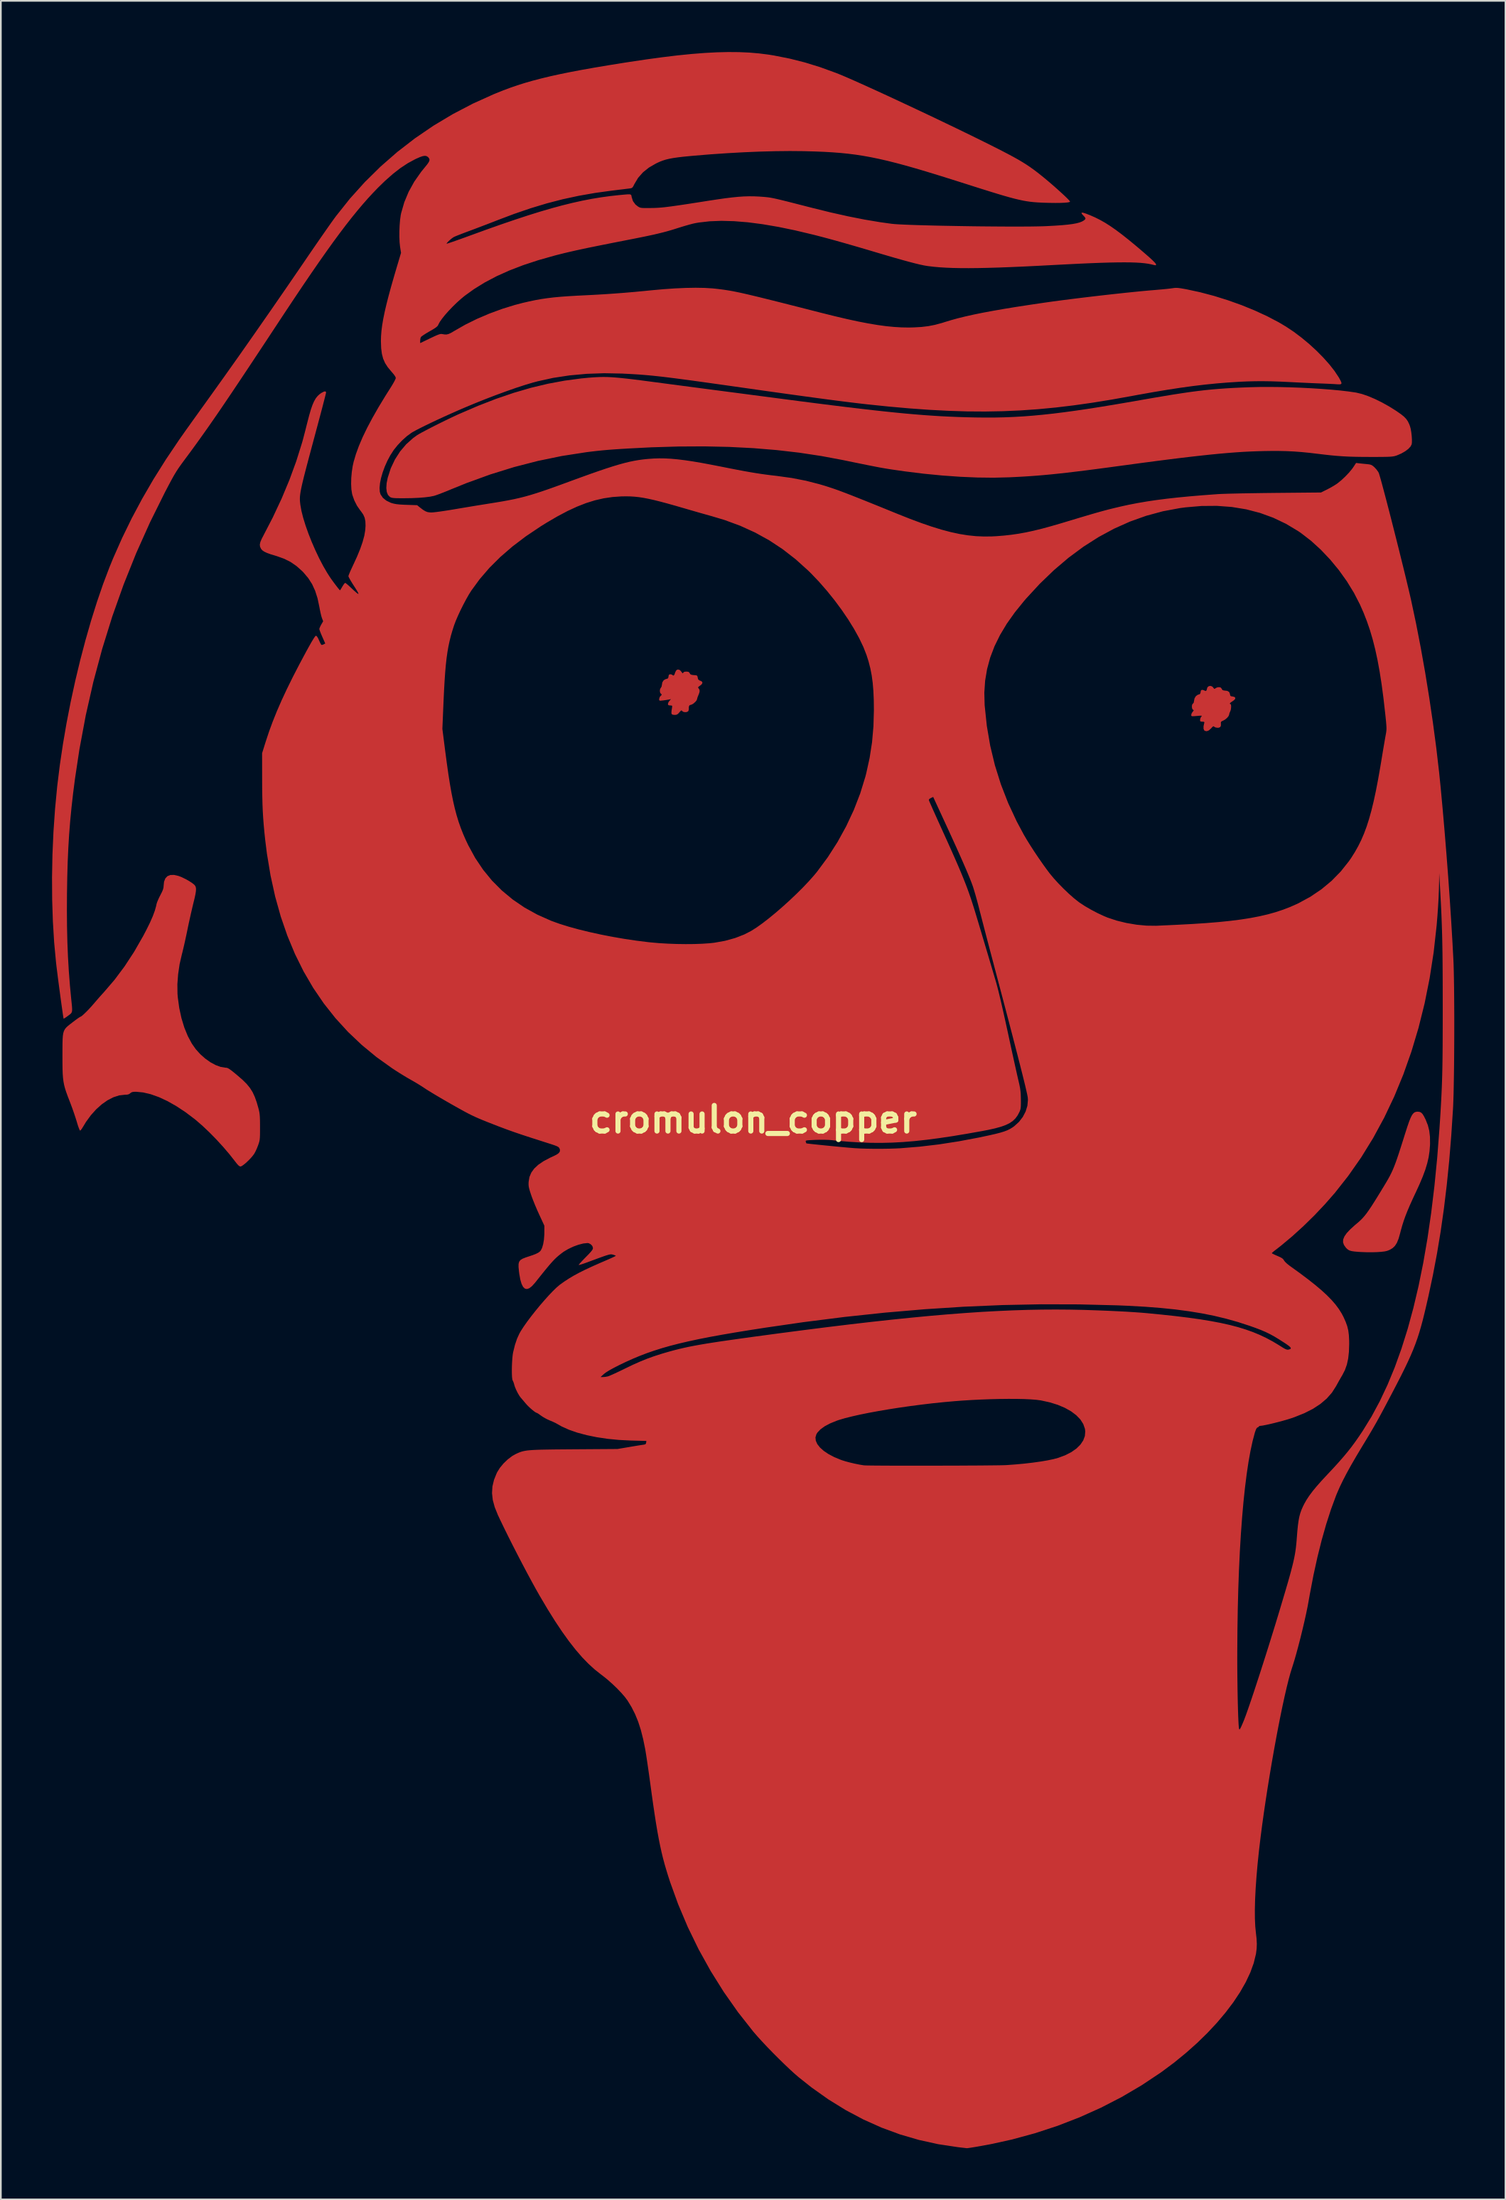
<source format=kicad_pcb>
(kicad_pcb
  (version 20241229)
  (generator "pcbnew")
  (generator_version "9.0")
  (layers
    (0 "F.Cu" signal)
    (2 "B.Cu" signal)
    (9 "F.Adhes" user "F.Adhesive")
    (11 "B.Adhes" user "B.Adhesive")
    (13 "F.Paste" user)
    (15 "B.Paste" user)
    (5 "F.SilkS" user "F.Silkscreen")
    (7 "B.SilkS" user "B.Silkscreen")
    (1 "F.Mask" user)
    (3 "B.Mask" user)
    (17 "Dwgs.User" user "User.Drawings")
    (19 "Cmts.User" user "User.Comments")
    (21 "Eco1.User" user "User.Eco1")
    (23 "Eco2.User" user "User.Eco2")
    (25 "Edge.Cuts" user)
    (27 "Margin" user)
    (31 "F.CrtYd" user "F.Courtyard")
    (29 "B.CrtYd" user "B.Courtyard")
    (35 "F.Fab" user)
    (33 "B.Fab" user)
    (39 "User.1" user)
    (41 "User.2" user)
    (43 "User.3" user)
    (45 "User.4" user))
  (footprint "cromulon_copper"
    (layer "F.Cu")
    (at 41.109 62.569)
    (property "Reference" "cromulon_copper" (at 0 0 0) (layer "F.SilkS") (effects (font (size 1.5 1.5) (thickness 0.3))))
    (attr board_only exclude_from_pos_files exclude_from_bom)
    (fp_poly (pts (xy 39.063 -0.445) (xy 39.154 -0.404) (xy 39.236 -0.323) (xy 39.321 -0.189) (xy 39.42 0.009) (xy 39.425 0.02) (xy 39.55 0.335) (xy 39.632 0.659) (xy 39.674 1.014) (xy 39.679 1.417) (xy 39.676 1.507) (xy 39.648 1.862) (xy 39.596 2.212) (xy 39.514 2.569) (xy 39.4 2.945) (xy 39.249 3.352) (xy 39.059 3.802) (xy 38.868 4.218) (xy 38.666 4.65) (xy 38.496 5.026) (xy 38.355 5.358) (xy 38.236 5.659) (xy 38.135 5.941) (xy 38.047 6.219) (xy 37.967 6.505) (xy 37.92 6.687) (xy 37.833 6.991) (xy 37.737 7.228) (xy 37.622 7.408) (xy 37.48 7.544) (xy 37.303 7.647) (xy 37.167 7.701) (xy 37.024 7.734) (xy 36.816 7.759) (xy 36.559 7.776) (xy 36.266 7.784) (xy 35.954 7.782) (xy 35.637 7.77) (xy 35.481 7.761) (xy 35.25 7.741) (xy 35.083 7.716) (xy 34.96 7.681) (xy 34.865 7.629) (xy 34.78 7.554) (xy 34.738 7.508) (xy 34.63 7.354) (xy 34.578 7.198) (xy 34.586 7.035) (xy 34.656 6.86) (xy 34.789 6.667) (xy 34.989 6.452) (xy 35.257 6.208) (xy 35.341 6.137) (xy 35.481 6.019) (xy 35.606 5.904) (xy 35.723 5.785) (xy 35.838 5.654) (xy 35.957 5.503) (xy 36.085 5.324) (xy 36.23 5.109) (xy 36.396 4.85) (xy 36.59 4.539) (xy 36.818 4.168) (xy 36.83 4.147) (xy 36.979 3.903) (xy 37.107 3.689) (xy 37.219 3.497) (xy 37.318 3.317) (xy 37.407 3.14) (xy 37.491 2.959) (xy 37.572 2.764) (xy 37.655 2.547) (xy 37.743 2.3) (xy 37.84 2.012) (xy 37.949 1.676) (xy 38.074 1.283) (xy 38.219 0.824) (xy 38.241 0.754) (xy 38.351 0.413) (xy 38.444 0.142) (xy 38.527 -0.068) (xy 38.602 -0.224) (xy 38.675 -0.333) (xy 38.75 -0.403) (xy 38.831 -0.441) (xy 38.922 -0.456) (xy 38.953 -0.456)) (stroke (width 0) (type solid)) (fill yes) (layer "F.Cu"))
    (fp_poly (pts (xy 26.911 -25.377) (xy 26.966 -25.317) (xy 27.017 -25.25) (xy 27.058 -25.243) (xy 27.103 -25.278) (xy 27.192 -25.323) (xy 27.299 -25.34) (xy 27.399 -25.324) (xy 27.454 -25.264) (xy 27.464 -25.241) (xy 27.517 -25.165) (xy 27.611 -25.142) (xy 27.619 -25.142) (xy 27.79 -25.122) (xy 27.897 -25.061) (xy 27.945 -24.955) (xy 27.947 -24.936) (xy 27.964 -24.849) (xy 28.007 -24.809) (xy 28.102 -24.793) (xy 28.109 -24.792) (xy 28.221 -24.763) (xy 28.264 -24.705) (xy 28.238 -24.629) (xy 28.143 -24.544) (xy 28.098 -24.516) (xy 27.996 -24.447) (xy 27.943 -24.389) (xy 27.948 -24.354) (xy 27.98 -24.348) (xy 28.007 -24.314) (xy 28.017 -24.228) (xy 28.012 -24.115) (xy 27.993 -24.001) (xy 27.96 -23.912) (xy 27.96 -23.912) (xy 27.916 -23.81) (xy 27.901 -23.733) (xy 27.866 -23.644) (xy 27.781 -23.541) (xy 27.668 -23.445) (xy 27.546 -23.377) (xy 27.53 -23.371) (xy 27.442 -23.327) (xy 27.414 -23.267) (xy 27.416 -23.232) (xy 27.418 -23.086) (xy 27.377 -22.999) (xy 27.284 -22.962) (xy 27.23 -22.959) (xy 27.11 -22.975) (xy 27.03 -23.015) (xy 27.027 -23.019) (xy 26.991 -23.047) (xy 26.948 -23.032) (xy 26.881 -22.967) (xy 26.84 -22.92) (xy 26.713 -22.807) (xy 26.589 -22.758) (xy 26.48 -22.778) (xy 26.44 -22.808) (xy 26.399 -22.901) (xy 26.399 -23.045) (xy 26.429 -23.188) (xy 26.449 -23.274) (xy 26.429 -23.309) (xy 26.351 -23.316) (xy 26.33 -23.316) (xy 26.237 -23.324) (xy 26.2 -23.359) (xy 26.194 -23.422) (xy 26.22 -23.533) (xy 26.263 -23.605) (xy 26.293 -23.641) (xy 26.293 -23.662) (xy 26.249 -23.669) (xy 26.15 -23.664) (xy 26.005 -23.652) (xy 25.845 -23.639) (xy 25.748 -23.636) (xy 25.698 -23.647) (xy 25.68 -23.673) (xy 25.678 -23.716) (xy 25.704 -23.81) (xy 25.763 -23.898) (xy 25.817 -23.963) (xy 25.817 -23.996) (xy 25.783 -24.014) (xy 25.738 -24.068) (xy 25.717 -24.164) (xy 25.72 -24.269) (xy 25.749 -24.35) (xy 25.777 -24.374) (xy 25.822 -24.428) (xy 25.839 -24.521) (xy 25.87 -24.679) (xy 25.946 -24.809) (xy 26.052 -24.89) (xy 26.098 -24.904) (xy 26.181 -24.933) (xy 26.218 -24.997) (xy 26.226 -25.053) (xy 26.246 -25.144) (xy 26.294 -25.179) (xy 26.327 -25.182) (xy 26.418 -25.163) (xy 26.46 -25.138) (xy 26.524 -25.114) (xy 26.576 -25.152) (xy 26.592 -25.214) (xy 26.625 -25.328) (xy 26.705 -25.397) (xy 26.808 -25.415)) (stroke (width 0) (type solid)) (fill yes) (layer "F.Cu"))
    (fp_poly (pts (xy -4.302 -26.344) (xy -4.218 -26.251) (xy -4.213 -26.244) (xy -4.158 -26.167) (xy -4.126 -26.152) (xy -4.106 -26.185) (xy -4.055 -26.235) (xy -3.947 -26.253) (xy -3.924 -26.253) (xy -3.813 -26.243) (xy -3.751 -26.203) (xy -3.724 -26.156) (xy -3.684 -26.096) (xy -3.619 -26.064) (xy -3.502 -26.048) (xy -3.477 -26.047) (xy -3.357 -26.037) (xy -3.295 -26.016) (xy -3.267 -25.967) (xy -3.254 -25.896) (xy -3.227 -25.794) (xy -3.164 -25.74) (xy -3.106 -25.719) (xy -3.004 -25.666) (xy -2.977 -25.592) (xy -3.024 -25.505) (xy -3.12 -25.427) (xy -3.206 -25.366) (xy -3.234 -25.325) (xy -3.214 -25.283) (xy -3.198 -25.265) (xy -3.148 -25.18) (xy -3.144 -25.076) (xy -3.188 -24.933) (xy -3.216 -24.87) (xy -3.263 -24.753) (xy -3.291 -24.658) (xy -3.294 -24.631) (xy -3.325 -24.561) (xy -3.4 -24.472) (xy -3.498 -24.386) (xy -3.593 -24.325) (xy -3.65 -24.309) (xy -3.738 -24.277) (xy -3.777 -24.185) (xy -3.776 -24.098) (xy -3.783 -23.996) (xy -3.812 -23.93) (xy -3.891 -23.884) (xy -4.002 -23.873) (xy -4.106 -23.895) (xy -4.165 -23.941) (xy -4.196 -23.977) (xy -4.232 -23.968) (xy -4.293 -23.906) (xy -4.33 -23.862) (xy -4.419 -23.768) (xy -4.5 -23.724) (xy -4.608 -23.713) (xy -4.609 -23.713) (xy -4.73 -23.728) (xy -4.788 -23.774) (xy -4.79 -23.779) (xy -4.797 -23.855) (xy -4.787 -23.973) (xy -4.776 -24.037) (xy -4.757 -24.152) (xy -4.752 -24.231) (xy -4.756 -24.249) (xy -4.806 -24.264) (xy -4.888 -24.269) (xy -4.971 -24.282) (xy -5 -24.333) (xy -5.001 -24.356) (xy -4.975 -24.445) (xy -4.912 -24.539) (xy -4.911 -24.54) (xy -4.822 -24.638) (xy -4.959 -24.611) (xy -5.081 -24.591) (xy -5.235 -24.569) (xy -5.306 -24.561) (xy -5.428 -24.548) (xy -5.49 -24.553) (xy -5.513 -24.583) (xy -5.517 -24.644) (xy -5.483 -24.759) (xy -5.427 -24.828) (xy -5.369 -24.884) (xy -5.369 -24.918) (xy -5.407 -24.946) (xy -5.458 -25.016) (xy -5.476 -25.124) (xy -5.46 -25.233) (xy -5.417 -25.301) (xy -5.373 -25.375) (xy -5.358 -25.46) (xy -5.329 -25.623) (xy -5.25 -25.746) (xy -5.133 -25.812) (xy -5.111 -25.817) (xy -5.019 -25.842) (xy -4.979 -25.898) (xy -4.968 -25.966) (xy -4.949 -26.056) (xy -4.902 -26.091) (xy -4.862 -26.095) (xy -4.779 -26.08) (xy -4.743 -26.055) (xy -4.689 -26.017) (xy -4.635 -26.049) (xy -4.618 -26.085) (xy -4.563 -26.234) (xy -4.515 -26.322) (xy -4.462 -26.363) (xy -4.4 -26.372)) (stroke (width 0) (type solid)) (fill yes) (layer "F.Cu"))
    (fp_poly (pts (xy -33.693 -14.274) (xy -33.688 -14.272) (xy -33.495 -14.196) (xy -33.281 -14.092) (xy -33.072 -13.975) (xy -32.892 -13.857) (xy -32.772 -13.761) (xy -32.716 -13.696) (xy -32.681 -13.617) (xy -32.667 -13.514) (xy -32.674 -13.376) (xy -32.703 -13.194) (xy -32.754 -12.956) (xy -32.824 -12.672) (xy -32.88 -12.438) (xy -32.947 -12.149) (xy -33.02 -11.826) (xy -33.093 -11.493) (xy -33.161 -11.171) (xy -33.18 -11.076) (xy -33.242 -10.78) (xy -33.307 -10.482) (xy -33.37 -10.199) (xy -33.429 -9.95) (xy -33.477 -9.752) (xy -33.495 -9.684) (xy -33.629 -9.103) (xy -33.717 -8.509) (xy -33.76 -7.924) (xy -33.753 -7.369) (xy -33.737 -7.164) (xy -33.65 -6.533) (xy -33.521 -5.938) (xy -33.353 -5.386) (xy -33.148 -4.885) (xy -32.91 -4.443) (xy -32.681 -4.118) (xy -32.418 -3.827) (xy -32.129 -3.57) (xy -31.826 -3.355) (xy -31.521 -3.19) (xy -31.225 -3.081) (xy -30.949 -3.035) (xy -30.919 -3.035) (xy -30.86 -3.028) (xy -30.795 -3.004) (xy -30.713 -2.956) (xy -30.604 -2.878) (xy -30.457 -2.763) (xy -30.264 -2.603) (xy -30.222 -2.568) (xy -29.927 -2.311) (xy -29.691 -2.075) (xy -29.502 -1.843) (xy -29.349 -1.599) (xy -29.222 -1.324) (xy -29.108 -1.003) (xy -29.019 -0.695) (xy -28.982 -0.553) (xy -28.955 -0.427) (xy -28.937 -0.299) (xy -28.925 -0.153) (xy -28.918 0.027) (xy -28.915 0.26) (xy -28.915 0.437) (xy -28.915 0.702) (xy -28.917 0.903) (xy -28.923 1.055) (xy -28.934 1.174) (xy -28.952 1.275) (xy -28.979 1.372) (xy -29.016 1.482) (xy -29.025 1.508) (xy -29.094 1.685) (xy -29.173 1.86) (xy -29.246 1.997) (xy -29.255 2.011) (xy -29.349 2.139) (xy -29.473 2.282) (xy -29.614 2.425) (xy -29.757 2.558) (xy -29.89 2.666) (xy -29.997 2.737) (xy -30.059 2.758) (xy -30.119 2.741) (xy -30.193 2.681) (xy -30.291 2.57) (xy -30.383 2.451) (xy -30.715 2.03) (xy -31.088 1.594) (xy -31.486 1.16) (xy -31.895 0.744) (xy -32.299 0.362) (xy -32.682 0.031) (xy -32.742 -0.018) (xy -33.284 -0.427) (xy -33.818 -0.78) (xy -34.339 -1.075) (xy -34.841 -1.308) (xy -35.32 -1.479) (xy -35.771 -1.585) (xy -36.161 -1.622) (xy -36.313 -1.621) (xy -36.412 -1.605) (xy -36.483 -1.57) (xy -36.521 -1.538) (xy -36.601 -1.482) (xy -36.702 -1.455) (xy -36.841 -1.449) (xy -37.172 -1.411) (xy -37.513 -1.301) (xy -37.856 -1.124) (xy -38.195 -0.886) (xy -38.523 -0.592) (xy -38.832 -0.247) (xy -39.116 0.142) (xy -39.289 0.427) (xy -39.361 0.543) (xy -39.424 0.625) (xy -39.463 0.655) (xy -39.49 0.618) (xy -39.532 0.52) (xy -39.585 0.372) (xy -39.642 0.189) (xy -39.658 0.134) (xy -39.725 -0.082) (xy -39.813 -0.347) (xy -39.913 -0.634) (xy -40.018 -0.918) (xy -40.084 -1.09) (xy -40.19 -1.363) (xy -40.276 -1.601) (xy -40.345 -1.814) (xy -40.398 -2.016) (xy -40.437 -2.22) (xy -40.465 -2.439) (xy -40.483 -2.684) (xy -40.493 -2.968) (xy -40.497 -3.305) (xy -40.498 -3.707) (xy -40.498 -3.77) (xy -40.497 -4.148) (xy -40.495 -4.457) (xy -40.488 -4.705) (xy -40.474 -4.902) (xy -40.449 -5.059) (xy -40.411 -5.185) (xy -40.357 -5.289) (xy -40.284 -5.382) (xy -40.189 -5.472) (xy -40.069 -5.569) (xy -39.92 -5.684) (xy -39.914 -5.689) (xy -39.757 -5.808) (xy -39.62 -5.908) (xy -39.517 -5.979) (xy -39.461 -6.012) (xy -39.456 -6.013) (xy -39.399 -6.041) (xy -39.301 -6.12) (xy -39.172 -6.239) (xy -39.023 -6.387) (xy -38.865 -6.555) (xy -38.707 -6.733) (xy -38.664 -6.783) (xy -38.504 -6.97) (xy -38.325 -7.175) (xy -38.152 -7.368) (xy -38.067 -7.461) (xy -37.446 -8.184) (xy -36.856 -8.973) (xy -36.295 -9.83) (xy -35.762 -10.76) (xy -35.577 -11.113) (xy -35.367 -11.538) (xy -35.204 -11.909) (xy -35.084 -12.233) (xy -35.004 -12.517) (xy -34.983 -12.622) (xy -34.952 -12.725) (xy -34.892 -12.873) (xy -34.813 -13.043) (xy -34.762 -13.141) (xy -34.662 -13.338) (xy -34.601 -13.486) (xy -34.572 -13.606) (xy -34.568 -13.677) (xy -34.542 -13.934) (xy -34.467 -14.129) (xy -34.343 -14.261) (xy -34.172 -14.33) (xy -33.955 -14.334)) (stroke (width 0) (type solid)) (fill yes) (layer "F.Cu"))
    (fp_poly (pts (xy -8.542 -43.518) (xy -8.305 -43.507) (xy -8.044 -43.488) (xy -7.751 -43.461) (xy -7.417 -43.426) (xy -7.035 -43.381) (xy -6.596 -43.326) (xy -6.091 -43.26) (xy -5.773 -43.218) (xy -5.29 -43.154) (xy -4.774 -43.086) (xy -4.242 -43.016) (xy -3.71 -42.946) (xy -3.192 -42.878) (xy -2.706 -42.814) (xy -2.265 -42.756) (xy -1.887 -42.707) (xy -1.865 -42.704) (xy -1.462 -42.651) (xy -0.999 -42.591) (xy -0.494 -42.525) (xy 0.033 -42.455) (xy 0.564 -42.386) (xy 1.081 -42.318) (xy 1.564 -42.255) (xy 1.746 -42.231) (xy 2.787 -42.095) (xy 3.754 -41.971) (xy 4.653 -41.858) (xy 5.489 -41.755) (xy 6.266 -41.662) (xy 6.991 -41.579) (xy 7.669 -41.505) (xy 8.303 -41.439) (xy 8.901 -41.381) (xy 9.466 -41.331) (xy 10.003 -41.288) (xy 10.519 -41.252) (xy 11.018 -41.221) (xy 11.505 -41.197) (xy 11.985 -41.177) (xy 12.464 -41.162) (xy 12.946 -41.151) (xy 13.057 -41.149) (xy 13.621 -41.143) (xy 14.172 -41.145) (xy 14.717 -41.157) (xy 15.264 -41.179) (xy 15.818 -41.21) (xy 16.386 -41.254) (xy 16.975 -41.309) (xy 17.592 -41.376) (xy 18.243 -41.457) (xy 18.935 -41.552) (xy 19.675 -41.662) (xy 20.469 -41.786) (xy 21.323 -41.928) (xy 22.245 -42.085) (xy 22.721 -42.169) (xy 23.416 -42.29) (xy 24.043 -42.396) (xy 24.61 -42.49) (xy 25.129 -42.57) (xy 25.607 -42.64) (xy 26.056 -42.699) (xy 26.483 -42.749) (xy 26.899 -42.791) (xy 27.314 -42.826) (xy 27.736 -42.856) (xy 28.175 -42.881) (xy 28.641 -42.903) (xy 29.143 -42.922) (xy 29.157 -42.922) (xy 29.688 -42.935) (xy 30.259 -42.937) (xy 30.859 -42.931) (xy 31.476 -42.915) (xy 32.098 -42.892) (xy 32.714 -42.861) (xy 33.311 -42.823) (xy 33.879 -42.779) (xy 34.405 -42.73) (xy 34.877 -42.675) (xy 35.285 -42.616) (xy 35.367 -42.602) (xy 35.689 -42.524) (xy 36.056 -42.397) (xy 36.455 -42.228) (xy 36.872 -42.022) (xy 37.295 -41.785) (xy 37.712 -41.523) (xy 37.742 -41.502) (xy 37.974 -41.34) (xy 38.149 -41.199) (xy 38.278 -41.066) (xy 38.376 -40.925) (xy 38.455 -40.762) (xy 38.502 -40.64) (xy 38.544 -40.484) (xy 38.578 -40.286) (xy 38.603 -40.07) (xy 38.616 -39.861) (xy 38.615 -39.683) (xy 38.601 -39.574) (xy 38.533 -39.442) (xy 38.402 -39.303) (xy 38.218 -39.165) (xy 37.997 -39.038) (xy 37.751 -38.931) (xy 37.694 -38.911) (xy 37.624 -38.889) (xy 37.549 -38.872) (xy 37.459 -38.859) (xy 37.345 -38.849) (xy 37.196 -38.842) (xy 37.004 -38.838) (xy 36.758 -38.835) (xy 36.449 -38.834) (xy 36.224 -38.834) (xy 35.74 -38.836) (xy 35.317 -38.842) (xy 34.937 -38.853) (xy 34.582 -38.871) (xy 34.233 -38.896) (xy 33.872 -38.929) (xy 33.481 -38.972) (xy 33.139 -39.013) (xy 32.618 -39.075) (xy 32.148 -39.121) (xy 31.708 -39.154) (xy 31.274 -39.175) (xy 30.824 -39.185) (xy 30.335 -39.185) (xy 29.924 -39.179) (xy 29.534 -39.168) (xy 29.135 -39.153) (xy 28.724 -39.132) (xy 28.293 -39.104) (xy 27.84 -39.069) (xy 27.356 -39.027) (xy 26.839 -38.976) (xy 26.282 -38.917) (xy 25.679 -38.849) (xy 25.027 -38.772) (xy 24.318 -38.684) (xy 23.549 -38.585) (xy 22.713 -38.475) (xy 21.806 -38.352) (xy 21.55 -38.318) (xy 20.792 -38.215) (xy 20.104 -38.124) (xy 19.478 -38.043) (xy 18.907 -37.973) (xy 18.383 -37.911) (xy 17.896 -37.857) (xy 17.441 -37.81) (xy 17.007 -37.77) (xy 16.588 -37.735) (xy 16.175 -37.705) (xy 15.761 -37.679) (xy 15.337 -37.657) (xy 15.002 -37.641) (xy 14.103 -37.618) (xy 13.143 -37.629) (xy 12.131 -37.672) (xy 11.079 -37.747) (xy 9.997 -37.852) (xy 8.895 -37.988) (xy 8.096 -38.103) (xy 7.926 -38.13) (xy 7.759 -38.157) (xy 7.585 -38.187) (xy 7.397 -38.221) (xy 7.185 -38.261) (xy 6.943 -38.309) (xy 6.66 -38.365) (xy 6.329 -38.432) (xy 5.941 -38.511) (xy 5.488 -38.604) (xy 5.248 -38.654) (xy 3.992 -38.889) (xy 2.703 -39.084) (xy 1.378 -39.237) (xy 0.011 -39.35) (xy -1.403 -39.422) (xy -2.868 -39.454) (xy -4.388 -39.446) (xy -5.969 -39.399) (xy -7.337 -39.329) (xy -7.789 -39.301) (xy -8.179 -39.275) (xy -8.523 -39.249) (xy -8.837 -39.221) (xy -9.138 -39.19) (xy -9.442 -39.155) (xy -9.766 -39.115) (xy -9.803 -39.11) (xy -11.221 -38.89) (xy -12.625 -38.601) (xy -14.021 -38.241) (xy -15.416 -37.808) (xy -16.817 -37.3) (xy -17.762 -36.917) (xy -18.001 -36.818) (xy -18.233 -36.726) (xy -18.441 -36.647) (xy -18.608 -36.587) (xy -18.714 -36.553) (xy -18.953 -36.505) (xy -19.26 -36.467) (xy -19.626 -36.438) (xy -20.041 -36.42) (xy -20.495 -36.414) (xy -20.499 -36.414) (xy -20.751 -36.415) (xy -20.938 -36.418) (xy -21.072 -36.426) (xy -21.167 -36.439) (xy -21.235 -36.458) (xy -21.29 -36.485) (xy -21.297 -36.489) (xy -21.413 -36.606) (xy -21.485 -36.783) (xy -21.511 -37.015) (xy -21.492 -37.298) (xy -21.428 -37.617) (xy -21.25 -38.169) (xy -21.007 -38.683) (xy -20.704 -39.155) (xy -20.346 -39.578) (xy -19.936 -39.944) (xy -19.707 -40.109) (xy -19.59 -40.18) (xy -19.412 -40.279) (xy -19.185 -40.399) (xy -18.921 -40.537) (xy -18.631 -40.684) (xy -18.325 -40.837) (xy -18.017 -40.988) (xy -17.716 -41.133) (xy -17.435 -41.265) (xy -17.244 -41.352) (xy -16.139 -41.828) (xy -15.074 -42.241) (xy -14.04 -42.593) (xy -13.032 -42.887) (xy -12.042 -43.124) (xy -11.063 -43.306) (xy -10.089 -43.436) (xy -9.664 -43.477) (xy -9.42 -43.496) (xy -9.194 -43.51) (xy -8.978 -43.519) (xy -8.763 -43.522)) (stroke (width 0) (type solid)) (fill yes) (layer "F.Cu"))
    (fp_poly (pts (xy -0.832 -62.564) (xy -0.233 -62.537) (xy 0.339 -62.488) (xy 0.888 -62.419) (xy 1.21 -62.367) (xy 2.131 -62.185) (xy 3.026 -61.959) (xy 3.919 -61.684) (xy 4.832 -61.352) (xy 5.001 -61.286) (xy 5.242 -61.187) (xy 5.549 -61.055) (xy 5.914 -60.895) (xy 6.33 -60.709) (xy 6.792 -60.5) (xy 7.293 -60.272) (xy 7.825 -60.027) (xy 8.383 -59.768) (xy 8.961 -59.498) (xy 9.551 -59.221) (xy 10.147 -58.94) (xy 10.743 -58.657) (xy 11.331 -58.375) (xy 11.907 -58.099) (xy 12.462 -57.829) (xy 12.991 -57.571) (xy 13.487 -57.326) (xy 13.652 -57.244) (xy 14.142 -56.999) (xy 14.567 -56.783) (xy 14.937 -56.59) (xy 15.26 -56.417) (xy 15.545 -56.258) (xy 15.799 -56.107) (xy 16.03 -55.961) (xy 16.248 -55.814) (xy 16.461 -55.661) (xy 16.676 -55.498) (xy 16.902 -55.319) (xy 16.929 -55.297) (xy 17.149 -55.117) (xy 17.378 -54.924) (xy 17.608 -54.726) (xy 17.83 -54.529) (xy 18.038 -54.341) (xy 18.223 -54.17) (xy 18.377 -54.023) (xy 18.492 -53.906) (xy 18.559 -53.828) (xy 18.574 -53.8) (xy 18.535 -53.773) (xy 18.424 -53.751) (xy 18.247 -53.736) (xy 18.01 -53.726) (xy 17.721 -53.723) (xy 17.385 -53.727) (xy 17.108 -53.734) (xy 16.872 -53.743) (xy 16.653 -53.755) (xy 16.444 -53.771) (xy 16.238 -53.793) (xy 16.029 -53.823) (xy 15.81 -53.862) (xy 15.575 -53.913) (xy 15.316 -53.975) (xy 15.026 -54.052) (xy 14.7 -54.144) (xy 14.331 -54.254) (xy 13.911 -54.383) (xy 13.434 -54.532) (xy 12.893 -54.703) (xy 12.442 -54.847) (xy 11.615 -55.109) (xy 10.857 -55.346) (xy 10.16 -55.559) (xy 9.518 -55.749) (xy 8.923 -55.918) (xy 8.371 -56.066) (xy 7.853 -56.196) (xy 7.363 -56.308) (xy 6.895 -56.404) (xy 6.442 -56.486) (xy 5.997 -56.554) (xy 5.553 -56.61) (xy 5.105 -56.655) (xy 4.645 -56.69) (xy 4.166 -56.718) (xy 3.663 -56.739) (xy 3.128 -56.754) (xy 2.937 -56.759) (xy 2.149 -56.766) (xy 1.297 -56.757) (xy 0.394 -56.733) (xy -0.549 -56.694) (xy -1.517 -56.64) (xy -2.498 -56.573) (xy -3.479 -56.492) (xy -3.651 -56.476) (xy -4.057 -56.437) (xy -4.395 -56.398) (xy -4.678 -56.358) (xy -4.917 -56.314) (xy -5.125 -56.264) (xy -5.314 -56.204) (xy -5.495 -56.133) (xy -5.681 -56.047) (xy -5.695 -56.04) (xy -6.115 -55.797) (xy -6.467 -55.515) (xy -6.751 -55.192) (xy -6.969 -54.828) (xy -6.972 -54.821) (xy -7.035 -54.696) (xy -7.087 -54.625) (xy -7.147 -54.59) (xy -7.236 -54.573) (xy -7.241 -54.573) (xy -7.328 -54.562) (xy -7.48 -54.544) (xy -7.681 -54.519) (xy -7.919 -54.491) (xy -8.177 -54.459) (xy -8.255 -54.45) (xy -9.26 -54.312) (xy -10.226 -54.143) (xy -11.169 -53.94) (xy -12.106 -53.697) (xy -13.053 -53.411) (xy -14.026 -53.078) (xy -14.958 -52.726) (xy -15.271 -52.604) (xy -15.616 -52.471) (xy -15.968 -52.337) (xy -16.301 -52.21) (xy -16.591 -52.102) (xy -16.629 -52.088) (xy -16.871 -51.998) (xy -17.097 -51.912) (xy -17.291 -51.836) (xy -17.441 -51.776) (xy -17.532 -51.736) (xy -17.542 -51.732) (xy -17.634 -51.673) (xy -17.742 -51.588) (xy -17.847 -51.494) (xy -17.932 -51.407) (xy -17.976 -51.345) (xy -17.978 -51.334) (xy -17.943 -51.341) (xy -17.84 -51.372) (xy -17.68 -51.426) (xy -17.47 -51.499) (xy -17.218 -51.588) (xy -16.931 -51.691) (xy -16.62 -51.804) (xy -16.579 -51.819) (xy -15.641 -52.16) (xy -14.769 -52.468) (xy -13.957 -52.745) (xy -13.199 -52.994) (xy -12.489 -53.215) (xy -11.822 -53.41) (xy -11.191 -53.581) (xy -10.591 -53.729) (xy -10.017 -53.856) (xy -9.461 -53.964) (xy -8.918 -54.053) (xy -8.383 -54.126) (xy -7.849 -54.185) (xy -7.759 -54.193) (xy -7.529 -54.214) (xy -7.366 -54.227) (xy -7.258 -54.229) (xy -7.192 -54.217) (xy -7.157 -54.19) (xy -7.14 -54.145) (xy -7.129 -54.08) (xy -7.127 -54.066) (xy -7.051 -53.83) (xy -6.907 -53.633) (xy -6.774 -53.526) (xy -6.711 -53.486) (xy -6.652 -53.457) (xy -6.583 -53.439) (xy -6.49 -53.428) (xy -6.357 -53.424) (xy -6.17 -53.424) (xy -5.995 -53.426) (xy -5.847 -53.428) (xy -5.703 -53.433) (xy -5.556 -53.441) (xy -5.398 -53.453) (xy -5.222 -53.47) (xy -5.022 -53.494) (xy -4.789 -53.524) (xy -4.517 -53.562) (xy -4.2 -53.608) (xy -3.828 -53.664) (xy -3.397 -53.731) (xy -2.897 -53.809) (xy -2.619 -53.853) (xy -2.097 -53.932) (xy -1.642 -53.997) (xy -1.241 -54.046) (xy -0.883 -54.082) (xy -0.558 -54.104) (xy -0.253 -54.113) (xy 0.043 -54.111) (xy 0.341 -54.098) (xy 0.652 -54.075) (xy 0.667 -54.073) (xy 0.768 -54.064) (xy 0.864 -54.053) (xy 0.964 -54.039) (xy 1.075 -54.02) (xy 1.202 -53.995) (xy 1.354 -53.962) (xy 1.537 -53.92) (xy 1.758 -53.866) (xy 2.025 -53.8) (xy 2.344 -53.719) (xy 2.722 -53.622) (xy 3.167 -53.508) (xy 3.413 -53.445) (xy 4.514 -53.173) (xy 5.551 -52.941) (xy 6.525 -52.748) (xy 7.439 -52.595) (xy 8.116 -52.501) (xy 8.283 -52.485) (xy 8.522 -52.469) (xy 8.826 -52.454) (xy 9.188 -52.439) (xy 9.601 -52.425) (xy 10.057 -52.412) (xy 10.549 -52.399) (xy 11.07 -52.387) (xy 11.614 -52.377) (xy 12.172 -52.367) (xy 12.737 -52.358) (xy 13.303 -52.351) (xy 13.862 -52.346) (xy 14.408 -52.342) (xy 14.932 -52.339) (xy 15.427 -52.339) (xy 15.887 -52.34) (xy 16.305 -52.343) (xy 16.672 -52.349) (xy 16.983 -52.356) (xy 17.185 -52.364) (xy 17.671 -52.39) (xy 18.085 -52.418) (xy 18.432 -52.451) (xy 18.719 -52.488) (xy 18.952 -52.531) (xy 19.137 -52.58) (xy 19.282 -52.638) (xy 19.377 -52.693) (xy 19.458 -52.761) (xy 19.478 -52.821) (xy 19.437 -52.894) (xy 19.367 -52.969) (xy 19.276 -53.069) (xy 19.243 -53.132) (xy 19.27 -53.157) (xy 19.36 -53.144) (xy 19.515 -53.094) (xy 19.738 -53.007) (xy 19.741 -53.006) (xy 20.036 -52.877) (xy 20.327 -52.732) (xy 20.622 -52.565) (xy 20.928 -52.371) (xy 21.255 -52.144) (xy 21.608 -51.88) (xy 21.997 -51.572) (xy 22.429 -51.216) (xy 22.701 -50.986) (xy 22.987 -50.74) (xy 23.215 -50.541) (xy 23.387 -50.383) (xy 23.509 -50.263) (xy 23.583 -50.179) (xy 23.613 -50.126) (xy 23.614 -50.117) (xy 23.613 -50.087) (xy 23.601 -50.072) (xy 23.56 -50.073) (xy 23.475 -50.09) (xy 23.33 -50.124) (xy 23.321 -50.126) (xy 23.144 -50.161) (xy 22.939 -50.189) (xy 22.701 -50.212) (xy 22.426 -50.228) (xy 22.111 -50.238) (xy 21.75 -50.241) (xy 21.339 -50.238) (xy 20.875 -50.229) (xy 20.353 -50.213) (xy 19.769 -50.191) (xy 19.118 -50.162) (xy 18.396 -50.126) (xy 17.621 -50.086) (xy 16.708 -50.038) (xy 15.869 -49.997) (xy 15.101 -49.964) (xy 14.398 -49.937) (xy 13.756 -49.918) (xy 13.171 -49.906) (xy 12.637 -49.901) (xy 12.152 -49.903) (xy 11.709 -49.912) (xy 11.305 -49.928) (xy 10.935 -49.951) (xy 10.595 -49.981) (xy 10.28 -50.018) (xy 10.2 -50.029) (xy 10.01 -50.061) (xy 9.771 -50.112) (xy 9.478 -50.183) (xy 9.128 -50.274) (xy 8.717 -50.387) (xy 8.24 -50.522) (xy 7.694 -50.682) (xy 7.362 -50.78) (xy 6.734 -50.967) (xy 6.173 -51.132) (xy 5.668 -51.278) (xy 5.21 -51.409) (xy 4.79 -51.527) (xy 4.398 -51.634) (xy 4.023 -51.734) (xy 3.658 -51.828) (xy 3.512 -51.865) (xy 2.462 -52.115) (xy 1.474 -52.319) (xy 0.549 -52.477) (xy -0.315 -52.589) (xy -1.12 -52.654) (xy -1.865 -52.674) (xy -2.553 -52.648) (xy -3.184 -52.576) (xy -3.393 -52.54) (xy -3.542 -52.507) (xy -3.744 -52.454) (xy -3.979 -52.387) (xy -4.226 -52.313) (xy -4.366 -52.269) (xy -4.612 -52.191) (xy -4.846 -52.12) (xy -5.078 -52.054) (xy -5.317 -51.991) (xy -5.573 -51.928) (xy -5.856 -51.862) (xy -6.177 -51.793) (xy -6.544 -51.717) (xy -6.968 -51.632) (xy -7.458 -51.536) (xy -7.56 -51.516) (xy -8.189 -51.393) (xy -8.747 -51.282) (xy -9.243 -51.182) (xy -9.685 -51.092) (xy -10.081 -51.008) (xy -10.438 -50.93) (xy -10.764 -50.856) (xy -11.069 -50.784) (xy -11.358 -50.712) (xy -11.641 -50.639) (xy -11.648 -50.637) (xy -12.604 -50.367) (xy -13.487 -50.076) (xy -14.301 -49.763) (xy -15.05 -49.426) (xy -15.739 -49.063) (xy -16.371 -48.672) (xy -16.907 -48.286) (xy -17.144 -48.091) (xy -17.387 -47.871) (xy -17.628 -47.636) (xy -17.856 -47.397) (xy -18.063 -47.164) (xy -18.237 -46.947) (xy -18.371 -46.758) (xy -18.454 -46.606) (xy -18.461 -46.587) (xy -18.493 -46.527) (xy -18.55 -46.467) (xy -18.643 -46.396) (xy -18.785 -46.307) (xy -18.978 -46.195) (xy -19.155 -46.092) (xy -19.307 -45.996) (xy -19.421 -45.917) (xy -19.483 -45.864) (xy -19.488 -45.857) (xy -19.514 -45.768) (xy -19.526 -45.651) (xy -19.526 -45.646) (xy -19.526 -45.507) (xy -18.944 -45.787) (xy -18.722 -45.892) (xy -18.557 -45.966) (xy -18.437 -46.013) (xy -18.35 -46.038) (xy -18.282 -46.044) (xy -18.22 -46.036) (xy -18.084 -46.014) (xy -17.968 -46.015) (xy -17.852 -46.045) (xy -17.716 -46.108) (xy -17.54 -46.211) (xy -17.502 -46.234) (xy -16.879 -46.59) (xy -16.196 -46.927) (xy -15.472 -47.236) (xy -14.726 -47.511) (xy -13.977 -47.743) (xy -13.514 -47.864) (xy -13.132 -47.952) (xy -12.773 -48.027) (xy -12.422 -48.09) (xy -12.066 -48.142) (xy -11.692 -48.187) (xy -11.286 -48.224) (xy -10.834 -48.257) (xy -10.324 -48.287) (xy -10.041 -48.301) (xy -9.363 -48.335) (xy -8.74 -48.371) (xy -8.149 -48.411) (xy -7.565 -48.456) (xy -6.964 -48.507) (xy -6.321 -48.568) (xy -5.973 -48.603) (xy -5.264 -48.667) (xy -4.59 -48.714) (xy -3.959 -48.742) (xy -3.378 -48.752) (xy -2.856 -48.743) (xy -2.399 -48.716) (xy -2.223 -48.698) (xy -2.045 -48.678) (xy -1.877 -48.657) (xy -1.714 -48.635) (xy -1.551 -48.61) (xy -1.383 -48.583) (xy -1.205 -48.551) (xy -1.013 -48.513) (xy -0.8 -48.469) (xy -0.564 -48.417) (xy -0.298 -48.356) (xy 0.002 -48.285) (xy 0.342 -48.203) (xy 0.725 -48.108) (xy 1.157 -48.001) (xy 1.643 -47.879) (xy 2.187 -47.741) (xy 2.795 -47.587) (xy 3.471 -47.414) (xy 4.028 -47.272) (xy 4.801 -47.08) (xy 5.507 -46.914) (xy 6.152 -46.774) (xy 6.743 -46.66) (xy 7.287 -46.569) (xy 7.791 -46.5) (xy 8.262 -46.454) (xy 8.706 -46.428) (xy 9.13 -46.421) (xy 9.422 -46.428) (xy 9.867 -46.454) (xy 10.265 -46.502) (xy 10.645 -46.576) (xy 11.04 -46.681) (xy 11.251 -46.747) (xy 11.614 -46.857) (xy 12.011 -46.966) (xy 12.448 -47.073) (xy 12.93 -47.181) (xy 13.462 -47.289) (xy 14.049 -47.398) (xy 14.694 -47.511) (xy 15.404 -47.627) (xy 16.184 -47.747) (xy 17.037 -47.873) (xy 17.085 -47.88) (xy 17.569 -47.948) (xy 18.107 -48.02) (xy 18.688 -48.094) (xy 19.297 -48.169) (xy 19.924 -48.244) (xy 20.554 -48.317) (xy 21.175 -48.386) (xy 21.775 -48.451) (xy 22.34 -48.509) (xy 22.858 -48.56) (xy 23.317 -48.601) (xy 23.515 -48.617) (xy 23.778 -48.64) (xy 24.033 -48.663) (xy 24.263 -48.686) (xy 24.448 -48.707) (xy 24.572 -48.724) (xy 24.573 -48.724) (xy 24.688 -48.74) (xy 24.795 -48.746) (xy 24.913 -48.74) (xy 25.06 -48.721) (xy 25.254 -48.688) (xy 25.403 -48.661) (xy 26.204 -48.488) (xy 27.017 -48.273) (xy 27.83 -48.019) (xy 28.628 -47.734) (xy 29.398 -47.42) (xy 30.126 -47.085) (xy 30.799 -46.732) (xy 31.234 -46.474) (xy 31.692 -46.168) (xy 32.149 -45.824) (xy 32.596 -45.452) (xy 33.022 -45.061) (xy 33.418 -44.661) (xy 33.773 -44.263) (xy 34.078 -43.875) (xy 34.322 -43.507) (xy 34.364 -43.435) (xy 34.449 -43.275) (xy 34.487 -43.171) (xy 34.472 -43.113) (xy 34.399 -43.09) (xy 34.263 -43.092) (xy 34.201 -43.096) (xy 34.06 -43.106) (xy 33.862 -43.116) (xy 33.627 -43.127) (xy 33.377 -43.137) (xy 33.238 -43.142) (xy 33.003 -43.151) (xy 32.71 -43.164) (xy 32.379 -43.179) (xy 32.032 -43.195) (xy 31.689 -43.212) (xy 31.492 -43.222) (xy 30.905 -43.25) (xy 30.377 -43.268) (xy 29.89 -43.275) (xy 29.426 -43.273) (xy 28.964 -43.261) (xy 28.487 -43.24) (xy 28.476 -43.239) (xy 27.818 -43.197) (xy 27.157 -43.143) (xy 26.483 -43.075) (xy 25.788 -42.992) (xy 25.06 -42.892) (xy 24.289 -42.774) (xy 23.467 -42.637) (xy 22.583 -42.48) (xy 22.185 -42.406) (xy 21.009 -42.196) (xy 19.882 -42.013) (xy 18.793 -41.859) (xy 17.734 -41.732) (xy 16.694 -41.633) (xy 15.665 -41.561) (xy 14.636 -41.516) (xy 13.598 -41.497) (xy 12.541 -41.504) (xy 11.457 -41.538) (xy 10.334 -41.596) (xy 9.165 -41.68) (xy 7.938 -41.789) (xy 6.727 -41.914) (xy 6.344 -41.957) (xy 5.919 -42.007) (xy 5.449 -42.065) (xy 4.93 -42.131) (xy 4.359 -42.205) (xy 3.732 -42.289) (xy 3.046 -42.382) (xy 2.296 -42.485) (xy 1.479 -42.599) (xy 0.592 -42.723) (xy -0.37 -42.86) (xy -0.526 -42.882) (xy -1.294 -42.991) (xy -1.989 -43.089) (xy -2.616 -43.177) (xy -3.182 -43.256) (xy -3.691 -43.326) (xy -4.149 -43.387) (xy -4.562 -43.441) (xy -4.935 -43.488) (xy -5.274 -43.529) (xy -5.583 -43.564) (xy -5.87 -43.594) (xy -6.138 -43.62) (xy -6.394 -43.642) (xy -6.644 -43.662) (xy -6.892 -43.678) (xy -7.144 -43.693) (xy -7.406 -43.707) (xy -7.682 -43.721) (xy -8.736 -43.742) (xy -9.767 -43.706) (xy -10.767 -43.615) (xy -11.728 -43.469) (xy -12.64 -43.268) (xy -12.918 -43.194) (xy -13.386 -43.054) (xy -13.912 -42.882) (xy -14.482 -42.683) (xy -15.086 -42.461) (xy -15.708 -42.222) (xy -16.339 -41.969) (xy -16.963 -41.708) (xy -17.304 -41.561) (xy -17.723 -41.376) (xy -18.135 -41.19) (xy -18.531 -41.007) (xy -18.902 -40.832) (xy -19.24 -40.669) (xy -19.536 -40.521) (xy -19.782 -40.394) (xy -19.968 -40.291) (xy -20.051 -40.24) (xy -20.311 -40.048) (xy -20.581 -39.806) (xy -20.839 -39.536) (xy -21.062 -39.26) (xy -21.087 -39.225) (xy -21.279 -38.927) (xy -21.451 -38.604) (xy -21.6 -38.268) (xy -21.724 -37.931) (xy -21.819 -37.604) (xy -21.881 -37.298) (xy -21.907 -37.024) (xy -21.894 -36.794) (xy -21.848 -36.638) (xy -21.711 -36.438) (xy -21.509 -36.273) (xy -21.252 -36.149) (xy -21.206 -36.133) (xy -21.069 -36.096) (xy -20.919 -36.068) (xy -20.737 -36.048) (xy -20.506 -36.034) (xy -20.32 -36.027) (xy -19.705 -36.007) (xy -19.546 -35.878) (xy -19.37 -35.743) (xy -19.228 -35.655) (xy -19.098 -35.604) (xy -18.96 -35.583) (xy -18.861 -35.58) (xy -18.755 -35.587) (xy -18.584 -35.606) (xy -18.361 -35.635) (xy -18.101 -35.673) (xy -17.817 -35.717) (xy -17.551 -35.761) (xy -17.198 -35.821) (xy -16.803 -35.887) (xy -16.394 -35.955) (xy -15.999 -36.019) (xy -15.643 -36.076) (xy -15.518 -36.096) (xy -15.084 -36.166) (xy -14.695 -36.231) (xy -14.341 -36.296) (xy -14.012 -36.362) (xy -13.698 -36.433) (xy -13.388 -36.511) (xy -13.072 -36.6) (xy -12.74 -36.702) (xy -12.381 -36.819) (xy -11.985 -36.955) (xy -11.542 -37.113) (xy -11.041 -37.295) (xy -10.716 -37.415) (xy -10.099 -37.64) (xy -9.55 -37.838) (xy -9.06 -38.009) (xy -8.623 -38.157) (xy -8.231 -38.283) (xy -7.878 -38.389) (xy -7.558 -38.477) (xy -7.262 -38.549) (xy -6.984 -38.607) (xy -6.717 -38.653) (xy -6.455 -38.689) (xy -6.189 -38.717) (xy -6.171 -38.718) (xy -5.844 -38.742) (xy -5.515 -38.752) (xy -5.175 -38.748) (xy -4.817 -38.729) (xy -4.432 -38.694) (xy -4.01 -38.642) (xy -3.545 -38.573) (xy -3.027 -38.485) (xy -2.448 -38.377) (xy -1.93 -38.276) (xy -1.406 -38.172) (xy -0.948 -38.083) (xy -0.544 -38.007) (xy -0.183 -37.943) (xy 0.148 -37.888) (xy 0.458 -37.84) (xy 0.761 -37.798) (xy 1.068 -37.759) (xy 1.369 -37.724) (xy 2.255 -37.602) (xy 3.091 -37.439) (xy 3.848 -37.245) (xy 4.04 -37.189) (xy 4.224 -37.134) (xy 4.406 -37.076) (xy 4.593 -37.015) (xy 4.79 -36.948) (xy 5.003 -36.872) (xy 5.237 -36.785) (xy 5.5 -36.685) (xy 5.796 -36.57) (xy 6.132 -36.437) (xy 6.514 -36.285) (xy 6.946 -36.111) (xy 7.437 -35.913) (xy 7.99 -35.688) (xy 8.436 -35.506) (xy 9.171 -35.214) (xy 9.846 -34.962) (xy 10.468 -34.748) (xy 11.046 -34.571) (xy 11.586 -34.428) (xy 12.096 -34.318) (xy 12.584 -34.24) (xy 13.057 -34.191) (xy 13.523 -34.171) (xy 13.99 -34.176) (xy 14.255 -34.19) (xy 14.701 -34.225) (xy 15.131 -34.273) (xy 15.558 -34.335) (xy 15.994 -34.414) (xy 16.451 -34.513) (xy 16.942 -34.634) (xy 17.477 -34.78) (xy 18.07 -34.952) (xy 18.266 -35.011) (xy 18.751 -35.157) (xy 19.169 -35.283) (xy 19.53 -35.39) (xy 19.841 -35.482) (xy 20.112 -35.56) (xy 20.353 -35.628) (xy 20.571 -35.687) (xy 20.776 -35.742) (xy 20.978 -35.793) (xy 20.995 -35.797) (xy 21.506 -35.92) (xy 22.017 -36.032) (xy 22.539 -36.133) (xy 23.078 -36.225) (xy 23.644 -36.309) (xy 24.246 -36.386) (xy 24.891 -36.458) (xy 25.59 -36.525) (xy 26.349 -36.589) (xy 27.179 -36.651) (xy 27.245 -36.656) (xy 27.396 -36.664) (xy 27.617 -36.672) (xy 27.901 -36.681) (xy 28.238 -36.689) (xy 28.619 -36.698) (xy 29.037 -36.705) (xy 29.483 -36.712) (xy 29.948 -36.719) (xy 30.423 -36.724) (xy 30.583 -36.726) (xy 33.286 -36.751) (xy 33.659 -36.936) (xy 33.846 -37.035) (xy 34.033 -37.143) (xy 34.192 -37.244) (xy 34.25 -37.285) (xy 34.479 -37.471) (xy 34.712 -37.689) (xy 34.929 -37.917) (xy 35.108 -38.135) (xy 35.177 -38.231) (xy 35.342 -38.482) (xy 35.52 -38.461) (xy 35.657 -38.446) (xy 35.831 -38.429) (xy 35.972 -38.415) (xy 36.125 -38.397) (xy 36.231 -38.368) (xy 36.32 -38.315) (xy 36.416 -38.232) (xy 36.529 -38.111) (xy 36.628 -37.977) (xy 36.668 -37.908) (xy 36.694 -37.834) (xy 36.738 -37.689) (xy 36.798 -37.48) (xy 36.871 -37.213) (xy 36.956 -36.896) (xy 37.052 -36.534) (xy 37.157 -36.134) (xy 37.269 -35.703) (xy 37.386 -35.247) (xy 37.507 -34.772) (xy 37.63 -34.286) (xy 37.754 -33.795) (xy 37.877 -33.305) (xy 37.996 -32.823) (xy 38.112 -32.355) (xy 38.221 -31.909) (xy 38.322 -31.489) (xy 38.414 -31.104) (xy 38.495 -30.759) (xy 38.563 -30.462) (xy 38.574 -30.412) (xy 38.86 -29.065) (xy 39.133 -27.657) (xy 39.391 -26.207) (xy 39.63 -24.733) (xy 39.848 -23.253) (xy 40.043 -21.785) (xy 40.21 -20.347) (xy 40.302 -19.447) (xy 40.419 -18.184) (xy 40.532 -16.881) (xy 40.64 -15.556) (xy 40.742 -14.226) (xy 40.835 -12.908) (xy 40.919 -11.62) (xy 40.993 -10.378) (xy 41.046 -9.386) (xy 41.059 -9.072) (xy 41.07 -8.688) (xy 41.079 -8.245) (xy 41.087 -7.75) (xy 41.092 -7.213) (xy 41.096 -6.643) (xy 41.099 -6.049) (xy 41.099 -5.44) (xy 41.098 -4.825) (xy 41.095 -4.213) (xy 41.091 -3.613) (xy 41.085 -3.034) (xy 41.077 -2.484) (xy 41.068 -1.974) (xy 41.058 -1.512) (xy 41.045 -1.107) (xy 41.032 -0.769) (xy 41.025 -0.635) (xy 40.924 0.921) (xy 40.803 2.41) (xy 40.659 3.838) (xy 40.493 5.216) (xy 40.303 6.552) (xy 40.087 7.854) (xy 39.845 9.132) (xy 39.584 10.358) (xy 39.467 10.869) (xy 39.359 11.328) (xy 39.256 11.745) (xy 39.153 12.127) (xy 39.049 12.485) (xy 38.939 12.827) (xy 38.82 13.161) (xy 38.689 13.497) (xy 38.542 13.844) (xy 38.376 14.209) (xy 38.188 14.602) (xy 37.974 15.033) (xy 37.73 15.508) (xy 37.454 16.038) (xy 37.237 16.45) (xy 37.032 16.838) (xy 36.855 17.169) (xy 36.697 17.461) (xy 36.55 17.727) (xy 36.404 17.983) (xy 36.252 18.245) (xy 36.085 18.527) (xy 35.894 18.844) (xy 35.697 19.169) (xy 35.353 19.743) (xy 35.053 20.26) (xy 34.794 20.729) (xy 34.572 21.156) (xy 34.383 21.548) (xy 34.224 21.912) (xy 34.169 22.046) (xy 33.874 22.846) (xy 33.592 23.719) (xy 33.325 24.659) (xy 33.075 25.66) (xy 32.843 26.717) (xy 32.631 27.824) (xy 32.566 28.192) (xy 32.499 28.556) (xy 32.413 28.973) (xy 32.312 29.428) (xy 32.2 29.904) (xy 32.082 30.386) (xy 31.96 30.857) (xy 31.84 31.303) (xy 31.724 31.707) (xy 31.617 32.053) (xy 31.587 32.145) (xy 31.49 32.457) (xy 31.385 32.841) (xy 31.274 33.29) (xy 31.156 33.799) (xy 31.034 34.359) (xy 30.909 34.965) (xy 30.781 35.61) (xy 30.653 36.288) (xy 30.525 36.991) (xy 30.398 37.714) (xy 30.275 38.449) (xy 30.155 39.189) (xy 30.041 39.929) (xy 29.933 40.662) (xy 29.833 41.38) (xy 29.749 42.029) (xy 29.65 42.856) (xy 29.568 43.645) (xy 29.503 44.39) (xy 29.454 45.088) (xy 29.422 45.734) (xy 29.408 46.321) (xy 29.411 46.846) (xy 29.432 47.303) (xy 29.468 47.665) (xy 29.508 48.021) (xy 29.523 48.327) (xy 29.512 48.606) (xy 29.477 48.884) (xy 29.47 48.925) (xy 29.341 49.453) (xy 29.141 50.003) (xy 28.873 50.572) (xy 28.54 51.155) (xy 28.146 51.748) (xy 27.693 52.346) (xy 27.187 52.946) (xy 26.629 53.544) (xy 26.023 54.135) (xy 25.372 54.714) (xy 24.681 55.279) (xy 23.951 55.824) (xy 23.879 55.875) (xy 22.765 56.616) (xy 21.6 57.301) (xy 20.387 57.926) (xy 19.133 58.489) (xy 17.841 58.99) (xy 16.518 59.424) (xy 15.169 59.791) (xy 14.03 60.043) (xy 13.795 60.089) (xy 13.546 60.135) (xy 13.297 60.18) (xy 13.062 60.221) (xy 12.853 60.255) (xy 12.684 60.282) (xy 12.568 60.297) (xy 12.521 60.301) (xy 12.468 60.295) (xy 12.354 60.281) (xy 12.194 60.263) (xy 12.006 60.241) (xy 12.005 60.241) (xy 10.845 60.066) (xy 9.711 59.816) (xy 8.601 59.492) (xy 7.516 59.092) (xy 6.456 58.617) (xy 5.42 58.067) (xy 4.407 57.441) (xy 3.417 56.739) (xy 2.657 56.136) (xy 2.41 55.922) (xy 2.124 55.66) (xy 1.81 55.361) (xy 1.48 55.038) (xy 1.146 54.703) (xy 0.821 54.368) (xy 0.516 54.044) (xy 0.243 53.744) (xy 0.014 53.479) (xy -0.003 53.459) (xy -0.897 52.323) (xy -1.73 51.138) (xy -2.499 49.909) (xy -3.203 48.641) (xy -3.837 47.338) (xy -4.4 46.006) (xy -4.863 44.728) (xy -4.984 44.358) (xy -5.093 44.004) (xy -5.194 43.658) (xy -5.287 43.311) (xy -5.374 42.955) (xy -5.456 42.583) (xy -5.536 42.186) (xy -5.615 41.757) (xy -5.694 41.287) (xy -5.775 40.77) (xy -5.86 40.196) (xy -5.95 39.558) (xy -6.032 38.953) (xy -6.082 38.591) (xy -6.133 38.23) (xy -6.183 37.883) (xy -6.23 37.564) (xy -6.272 37.286) (xy -6.308 37.062) (xy -6.331 36.924) (xy -6.454 36.319) (xy -6.591 35.78) (xy -6.748 35.294) (xy -6.929 34.852) (xy -7.139 34.438) (xy -7.371 34.059) (xy -7.53 33.846) (xy -7.741 33.603) (xy -7.989 33.344) (xy -8.262 33.083) (xy -8.544 32.833) (xy -8.822 32.61) (xy -8.91 32.544) (xy -9.286 32.247) (xy -9.661 31.906) (xy -10.004 31.552) (xy 28.377 31.552) (xy 28.378 32.011) (xy 28.381 32.475) (xy 28.386 32.935) (xy 28.392 33.385) (xy 28.4 33.817) (xy 28.409 34.223) (xy 28.419 34.596) (xy 28.43 34.928) (xy 28.442 35.213) (xy 28.454 35.442) (xy 28.467 35.609) (xy 28.479 35.705) (xy 28.482 35.717) (xy 28.502 35.756) (xy 28.529 35.739) (xy 28.576 35.657) (xy 28.579 35.652) (xy 28.628 35.546) (xy 28.694 35.396) (xy 28.763 35.23) (xy 28.776 35.198) (xy 28.858 34.981) (xy 28.961 34.696) (xy 29.082 34.348) (xy 29.219 33.946) (xy 29.369 33.497) (xy 29.53 33.006) (xy 29.701 32.483) (xy 29.877 31.933) (xy 30.059 31.363) (xy 30.242 30.782) (xy 30.424 30.195) (xy 30.605 29.611) (xy 30.78 29.035) (xy 30.871 28.734) (xy 31.04 28.168) (xy 31.188 27.67) (xy 31.316 27.234) (xy 31.425 26.852) (xy 31.517 26.517) (xy 31.594 26.223) (xy 31.658 25.961) (xy 31.711 25.724) (xy 31.753 25.506) (xy 31.787 25.3) (xy 31.814 25.097) (xy 31.837 24.891) (xy 31.856 24.676) (xy 31.869 24.507) (xy 31.9 24.115) (xy 31.933 23.79) (xy 31.971 23.517) (xy 32.016 23.284) (xy 32.071 23.077) (xy 32.14 22.884) (xy 32.225 22.69) (xy 32.309 22.523) (xy 32.442 22.289) (xy 32.603 22.046) (xy 32.8 21.783) (xy 33.039 21.494) (xy 33.326 21.17) (xy 33.647 20.825) (xy 34.007 20.441) (xy 34.319 20.098) (xy 34.593 19.785) (xy 34.839 19.49) (xy 35.067 19.201) (xy 35.286 18.904) (xy 35.507 18.588) (xy 35.732 18.253) (xy 36.247 17.416) (xy 36.731 16.517) (xy 37.185 15.555) (xy 37.609 14.529) (xy 38.002 13.437) (xy 38.366 12.28) (xy 38.7 11.055) (xy 39.005 9.763) (xy 39.281 8.401) (xy 39.528 6.97) (xy 39.746 5.469) (xy 39.936 3.896) (xy 40.098 2.251) (xy 40.231 0.532) (xy 40.261 0.079) (xy 40.289 -0.36) (xy 40.313 -0.767) (xy 40.334 -1.152) (xy 40.352 -1.522) (xy 40.368 -1.886) (xy 40.381 -2.251) (xy 40.392 -2.626) (xy 40.401 -3.019) (xy 40.408 -3.438) (xy 40.413 -3.891) (xy 40.417 -4.386) (xy 40.419 -4.933) (xy 40.421 -5.537) (xy 40.422 -6.209) (xy 40.422 -6.588) (xy 40.421 -7.336) (xy 40.42 -8.012) (xy 40.417 -8.627) (xy 40.413 -9.188) (xy 40.408 -9.705) (xy 40.4 -10.185) (xy 40.391 -10.638) (xy 40.379 -11.072) (xy 40.365 -11.495) (xy 40.349 -11.917) (xy 40.33 -12.346) (xy 40.308 -12.791) (xy 40.282 -13.26) (xy 40.265 -13.573) (xy 40.215 -14.446) (xy 40.209 -13.91) (xy 40.199 -13.492) (xy 40.179 -13.014) (xy 40.15 -12.499) (xy 40.114 -11.965) (xy 40.07 -11.432) (xy 40.063 -11.351) (xy 39.89 -9.796) (xy 39.655 -8.28) (xy 39.36 -6.805) (xy 39.004 -5.374) (xy 38.589 -3.987) (xy 38.115 -2.645) (xy 37.583 -1.352) (xy 36.992 -0.108) (xy 36.345 1.085) (xy 35.642 2.225) (xy 34.882 3.31) (xy 34.107 4.294) (xy 33.527 4.957) (xy 32.907 5.614) (xy 32.26 6.248) (xy 31.603 6.845) (xy 30.951 7.391) (xy 30.608 7.658) (xy 30.502 7.741) (xy 30.428 7.806) (xy 30.401 7.837) (xy 30.435 7.862) (xy 30.526 7.908) (xy 30.657 7.968) (xy 30.728 7.998) (xy 30.898 8.074) (xy 31.01 8.138) (xy 31.078 8.201) (xy 31.115 8.259) (xy 31.178 8.344) (xy 31.292 8.452) (xy 31.438 8.569) (xy 31.472 8.594) (xy 32.024 8.992) (xy 32.511 9.357) (xy 32.938 9.694) (xy 33.309 10.006) (xy 33.629 10.3) (xy 33.903 10.578) (xy 34.135 10.846) (xy 34.331 11.109) (xy 34.495 11.37) (xy 34.609 11.586) (xy 34.733 11.864) (xy 34.824 12.117) (xy 34.885 12.369) (xy 34.92 12.643) (xy 34.936 12.961) (xy 34.938 13.156) (xy 34.923 13.618) (xy 34.879 14.018) (xy 34.802 14.37) (xy 34.69 14.685) (xy 34.54 14.979) (xy 34.53 14.995) (xy 34.447 15.137) (xy 34.342 15.32) (xy 34.232 15.518) (xy 34.167 15.637) (xy 33.924 16.016) (xy 33.62 16.361) (xy 33.251 16.675) (xy 32.816 16.96) (xy 32.312 17.216) (xy 31.735 17.447) (xy 31.512 17.524) (xy 31.298 17.591) (xy 31.052 17.661) (xy 30.791 17.731) (xy 30.528 17.798) (xy 30.277 17.858) (xy 30.055 17.906) (xy 29.875 17.941) (xy 29.752 17.958) (xy 29.729 17.959) (xy 29.663 17.973) (xy 29.647 17.994) (xy 29.614 18.031) (xy 29.57 18.049) (xy 29.518 18.088) (xy 29.467 18.185) (xy 29.41 18.349) (xy 29.408 18.356) (xy 29.276 18.852) (xy 29.152 19.424) (xy 29.036 20.069) (xy 28.929 20.784) (xy 28.831 21.566) (xy 28.741 22.412) (xy 28.661 23.32) (xy 28.59 24.286) (xy 28.529 25.307) (xy 28.478 26.38) (xy 28.437 27.503) (xy 28.407 28.672) (xy 28.387 29.885) (xy 28.378 31.138) (xy 28.377 31.552) (xy -10.004 31.552) (xy -10.037 31.517) (xy -10.418 31.076) (xy -10.807 30.579) (xy -11.207 30.022) (xy -11.62 29.402) (xy -12.051 28.713) (xy -12.501 27.953) (xy -12.525 27.912) (xy -12.748 27.519) (xy -12.996 27.067) (xy -13.263 26.572) (xy -13.54 26.047) (xy -13.821 25.507) (xy -14.099 24.965) (xy -14.365 24.436) (xy -14.613 23.933) (xy -14.835 23.472) (xy -14.974 23.176) (xy -15.156 22.725) (xy -15.27 22.304) (xy -15.314 21.903) (xy -15.29 21.513) (xy -15.198 21.125) (xy -15.038 20.729) (xy -15.012 20.677) (xy -14.851 20.418) (xy -14.635 20.159) (xy -14.386 19.921) (xy -14.123 19.723) (xy -13.93 19.615) (xy -13.824 19.565) (xy -13.724 19.522) (xy -13.625 19.485) (xy -13.521 19.454) (xy -13.404 19.428) (xy -13.268 19.406) (xy -13.108 19.389) (xy -12.915 19.375) (xy -12.685 19.364) (xy -12.411 19.355) (xy -12.085 19.349) (xy -11.703 19.343) (xy -11.256 19.339) (xy -10.739 19.335) (xy -10.497 19.333) (xy -7.957 19.316) (xy -7.243 19.195) (xy -7.006 19.155) (xy -6.788 19.119) (xy -6.606 19.09) (xy -6.473 19.07) (xy -6.41 19.062) (xy -6.32 19.038) (xy -6.283 18.976) (xy -6.278 18.947) (xy -6.266 18.843) (xy -7.171 18.82) (xy -7.863 18.786) (xy -8.531 18.721) (xy -9.108 18.635) (xy 3.648 18.635) (xy 3.668 18.831) (xy 3.757 19.03) (xy 3.913 19.229) (xy 4.132 19.425) (xy 4.409 19.612) (xy 4.74 19.787) (xy 5.122 19.946) (xy 5.203 19.975) (xy 5.413 20.041) (xy 5.673 20.11) (xy 5.954 20.176) (xy 6.226 20.231) (xy 6.46 20.27) (xy 6.489 20.273) (xy 6.564 20.278) (xy 6.712 20.282) (xy 6.926 20.285) (xy 7.199 20.288) (xy 7.525 20.29) (xy 7.897 20.292) (xy 8.308 20.293) (xy 8.753 20.294) (xy 9.223 20.294) (xy 9.712 20.294) (xy 10.215 20.294) (xy 10.724 20.293) (xy 11.232 20.292) (xy 11.732 20.291) (xy 12.219 20.289) (xy 12.686 20.286) (xy 13.125 20.284) (xy 13.53 20.281) (xy 13.895 20.277) (xy 14.213 20.274) (xy 14.476 20.27) (xy 14.68 20.266) (xy 14.816 20.261) (xy 14.843 20.26) (xy 15.376 20.221) (xy 15.894 20.173) (xy 16.385 20.116) (xy 16.841 20.053) (xy 17.249 19.984) (xy 17.599 19.911) (xy 17.879 19.836) (xy 18.292 19.682) (xy 18.648 19.5) (xy 18.945 19.292) (xy 19.179 19.062) (xy 19.346 18.814) (xy 19.443 18.553) (xy 19.465 18.282) (xy 19.446 18.132) (xy 19.347 17.85) (xy 19.176 17.583) (xy 18.935 17.334) (xy 18.631 17.106) (xy 18.268 16.903) (xy 17.852 16.727) (xy 17.386 16.582) (xy 16.877 16.471) (xy 16.849 16.466) (xy 16.592 16.432) (xy 16.266 16.407) (xy 15.878 16.389) (xy 15.439 16.38) (xy 14.956 16.378) (xy 14.439 16.384) (xy 13.897 16.397) (xy 13.338 16.418) (xy 12.772 16.446) (xy 12.208 16.482) (xy 11.807 16.513) (xy 11.173 16.569) (xy 10.524 16.636) (xy 9.869 16.714) (xy 9.215 16.799) (xy 8.571 16.891) (xy 7.944 16.989) (xy 7.344 17.091) (xy 6.779 17.195) (xy 6.255 17.301) (xy 5.783 17.408) (xy 5.369 17.512) (xy 5.022 17.615) (xy 4.882 17.663) (xy 4.505 17.817) (xy 4.19 17.985) (xy 3.942 18.164) (xy 3.766 18.35) (xy 3.704 18.448) (xy 3.648 18.635) (xy -9.108 18.635) (xy -9.167 18.627) (xy -9.762 18.505) (xy -10.31 18.359) (xy -10.801 18.188) (xy -11.229 17.995) (xy -11.481 17.852) (xy -11.595 17.79) (xy -11.751 17.716) (xy -11.916 17.648) (xy -11.922 17.645) (xy -12.102 17.564) (xy -12.288 17.462) (xy -12.43 17.369) (xy -12.543 17.287) (xy -12.631 17.228) (xy -12.677 17.205) (xy -12.677 17.205) (xy -12.743 17.178) (xy -12.848 17.107) (xy -12.977 17.004) (xy -13.114 16.882) (xy -13.244 16.755) (xy -13.342 16.645) (xy -13.45 16.516) (xy -13.548 16.401) (xy -13.616 16.322) (xy -13.626 16.312) (xy -13.715 16.191) (xy -13.813 16.023) (xy -13.905 15.836) (xy -13.978 15.657) (xy -14.008 15.558) (xy -14.044 15.432) (xy -14.084 15.334) (xy -14.102 15.304) (xy -14.125 15.235) (xy -14.14 15.102) (xy -14.141 15.098) (xy -8.95 15.098) (xy -8.811 15.099) (xy -8.677 15.089) (xy -8.531 15.062) (xy -8.513 15.057) (xy -8.432 15.028) (xy -8.293 14.968) (xy -8.107 14.884) (xy -7.888 14.781) (xy -7.648 14.666) (xy -7.521 14.604) (xy -7.056 14.38) (xy -6.633 14.192) (xy -6.232 14.029) (xy -5.827 13.883) (xy -5.396 13.744) (xy -5.176 13.678) (xy -4.898 13.599) (xy -4.628 13.525) (xy -4.358 13.457) (xy -4.081 13.392) (xy -3.791 13.329) (xy -3.479 13.268) (xy -3.14 13.206) (xy -2.765 13.142) (xy -2.348 13.076) (xy -1.881 13.005) (xy -1.358 12.93) (xy -0.772 12.847) (xy -0.115 12.756) (xy -0.02 12.743) (xy 1.51 12.537) (xy 2.966 12.347) (xy 4.353 12.171) (xy 5.672 12.011) (xy 6.93 11.865) (xy 8.129 11.734) (xy 9.273 11.617) (xy 10.366 11.513) (xy 11.412 11.423) (xy 12.415 11.346) (xy 13.379 11.281) (xy 14.307 11.23) (xy 15.204 11.19) (xy 16.072 11.162) (xy 16.917 11.146) (xy 17.741 11.141) (xy 18.549 11.147) (xy 19.345 11.163) (xy 19.456 11.166) (xy 20.094 11.187) (xy 20.713 11.211) (xy 21.3 11.238) (xy 21.847 11.266) (xy 22.344 11.297) (xy 22.778 11.328) (xy 23.058 11.352) (xy 23.948 11.439) (xy 24.764 11.527) (xy 25.512 11.619) (xy 26.197 11.715) (xy 26.825 11.818) (xy 27.401 11.927) (xy 27.931 12.045) (xy 28.421 12.173) (xy 28.875 12.313) (xy 29.3 12.465) (xy 29.701 12.631) (xy 30.083 12.813) (xy 30.453 13.011) (xy 30.815 13.228) (xy 30.901 13.282) (xy 31.069 13.388) (xy 31.189 13.454) (xy 31.276 13.487) (xy 31.345 13.495) (xy 31.384 13.489) (xy 31.479 13.461) (xy 31.519 13.422) (xy 31.5 13.366) (xy 31.419 13.287) (xy 31.273 13.18) (xy 31.163 13.106) (xy 30.842 12.9) (xy 30.561 12.729) (xy 30.3 12.586) (xy 30.041 12.459) (xy 29.763 12.34) (xy 29.447 12.219) (xy 29.075 12.087) (xy 29.071 12.086) (xy 28.411 11.872) (xy 27.736 11.682) (xy 27.039 11.514) (xy 26.313 11.368) (xy 25.549 11.243) (xy 24.741 11.136) (xy 23.881 11.048) (xy 22.963 10.977) (xy 21.978 10.922) (xy 21.352 10.896) (xy 19.117 10.84) (xy 16.877 10.834) (xy 14.623 10.879) (xy 12.349 10.976) (xy 10.05 11.124) (xy 7.717 11.324) (xy 5.346 11.577) (xy 2.928 11.883) (xy 0.695 12.207) (xy -0.216 12.349) (xy -1.054 12.485) (xy -1.823 12.617) (xy -2.532 12.746) (xy -3.184 12.874) (xy -3.785 13.003) (xy -4.342 13.133) (xy -4.861 13.266) (xy -5.346 13.404) (xy -5.804 13.549) (xy -6.241 13.7) (xy -6.662 13.861) (xy -7.073 14.033) (xy -7.479 14.216) (xy -7.85 14.394) (xy -8.188 14.567) (xy -8.454 14.714) (xy -8.648 14.836) (xy -8.762 14.926) (xy -8.95 15.098) (xy -14.141 15.098) (xy -14.149 14.921) (xy -14.152 14.705) (xy -14.148 14.47) (xy -14.138 14.231) (xy -14.123 14.003) (xy -14.102 13.801) (xy -14.076 13.64) (xy -14.074 13.635) (xy -13.969 13.213) (xy -13.849 12.856) (xy -13.709 12.549) (xy -13.626 12.402) (xy -13.457 12.141) (xy -13.251 11.849) (xy -13.018 11.539) (xy -12.766 11.22) (xy -12.505 10.902) (xy -12.242 10.597) (xy -11.987 10.313) (xy -11.749 10.063) (xy -11.536 9.856) (xy -11.357 9.703) (xy -11.33 9.682) (xy -11.072 9.498) (xy -10.806 9.324) (xy -10.524 9.156) (xy -10.214 8.988) (xy -9.866 8.814) (xy -9.47 8.629) (xy -9.016 8.427) (xy -8.702 8.292) (xy -8.494 8.202) (xy -8.314 8.121) (xy -8.173 8.056) (xy -8.084 8.01) (xy -8.057 7.992) (xy -8.091 7.968) (xy -8.178 7.937) (xy -8.221 7.925) (xy -8.269 7.914) (xy -8.316 7.907) (xy -8.369 7.908) (xy -8.436 7.919) (xy -8.527 7.943) (xy -8.648 7.98) (xy -8.809 8.035) (xy -9.017 8.11) (xy -9.28 8.207) (xy -9.608 8.328) (xy -9.72 8.37) (xy -9.904 8.436) (xy -10.06 8.488) (xy -10.174 8.521) (xy -10.231 8.532) (xy -10.234 8.531) (xy -10.215 8.498) (xy -10.148 8.418) (xy -10.043 8.304) (xy -9.909 8.164) (xy -9.826 8.079) (xy -9.653 7.903) (xy -9.531 7.77) (xy -9.452 7.672) (xy -9.41 7.599) (xy -9.396 7.542) (xy -9.396 7.537) (xy -9.431 7.421) (xy -9.521 7.32) (xy -9.641 7.255) (xy -9.716 7.244) (xy -9.962 7.27) (xy -10.246 7.342) (xy -10.545 7.451) (xy -10.839 7.589) (xy -11.105 7.747) (xy -11.192 7.809) (xy -11.319 7.907) (xy -11.435 8.002) (xy -11.547 8.101) (xy -11.661 8.212) (xy -11.784 8.343) (xy -11.922 8.499) (xy -12.082 8.689) (xy -12.271 8.919) (xy -12.494 9.197) (xy -12.759 9.53) (xy -12.788 9.566) (xy -12.966 9.765) (xy -13.124 9.89) (xy -13.265 9.94) (xy -13.387 9.914) (xy -13.493 9.813) (xy -13.583 9.635) (xy -13.657 9.38) (xy -13.716 9.047) (xy -13.735 8.9) (xy -13.759 8.654) (xy -13.758 8.472) (xy -13.724 8.339) (xy -13.647 8.239) (xy -13.518 8.16) (xy -13.328 8.085) (xy -13.191 8.04) (xy -12.938 7.956) (xy -12.75 7.883) (xy -12.615 7.817) (xy -12.52 7.75) (xy -12.456 7.68) (xy -12.378 7.525) (xy -12.315 7.308) (xy -12.27 7.044) (xy -12.248 6.748) (xy -12.246 6.648) (xy -12.244 6.231) (xy -12.554 5.561) (xy -12.67 5.304) (xy -12.786 5.031) (xy -12.894 4.765) (xy -12.984 4.53) (xy -13.025 4.411) (xy -13.094 4.201) (xy -13.138 4.045) (xy -13.163 3.921) (xy -13.172 3.808) (xy -13.169 3.686) (xy -13.167 3.653) (xy -13.12 3.374) (xy -13.013 3.118) (xy -12.843 2.881) (xy -12.607 2.66) (xy -12.3 2.45) (xy -11.919 2.247) (xy -11.731 2.161) (xy -11.529 2.061) (xy -11.399 1.968) (xy -11.336 1.874) (xy -11.332 1.771) (xy -11.358 1.697) (xy -11.39 1.647) (xy -11.442 1.604) (xy -11.528 1.56) (xy -11.661 1.51) (xy -11.856 1.445) (xy -11.886 1.435) (xy -12.097 1.368) (xy -12.344 1.289) (xy 3.075 1.289) (xy 3.08 1.306) (xy 3.104 1.377) (xy 3.116 1.401) (xy 3.157 1.408) (xy 3.266 1.422) (xy 3.434 1.441) (xy 3.648 1.464) (xy 3.899 1.49) (xy 4.175 1.518) (xy 4.467 1.547) (xy 4.763 1.576) (xy 5.053 1.604) (xy 5.326 1.629) (xy 5.571 1.652) (xy 5.778 1.669) (xy 5.936 1.682) (xy 5.953 1.683) (xy 6.286 1.701) (xy 6.676 1.713) (xy 7.1 1.719) (xy 7.536 1.719) (xy 7.963 1.713) (xy 8.357 1.7) (xy 8.632 1.687) (xy 9.748 1.596) (xy 10.877 1.463) (xy 12.033 1.284) (xy 13.23 1.059) (xy 13.851 0.927) (xy 14.197 0.848) (xy 14.477 0.776) (xy 14.704 0.707) (xy 14.892 0.636) (xy 15.053 0.557) (xy 15.2 0.467) (xy 15.298 0.397) (xy 15.577 0.145) (xy 15.802 -0.146) (xy 15.969 -0.466) (xy 16.072 -0.801) (xy 16.104 -1.141) (xy 16.097 -1.267) (xy 16.083 -1.36) (xy 16.052 -1.51) (xy 16.005 -1.719) (xy 15.942 -1.989) (xy 15.861 -2.32) (xy 15.763 -2.714) (xy 15.647 -3.172) (xy 15.513 -3.697) (xy 15.36 -4.288) (xy 15.189 -4.948) (xy 14.998 -5.678) (xy 14.788 -6.48) (xy 14.558 -7.354) (xy 14.307 -8.302) (xy 14.11 -9.049) (xy 13.991 -9.499) (xy 13.87 -9.955) (xy 13.752 -10.406) (xy 13.638 -10.841) (xy 13.531 -11.249) (xy 13.435 -11.62) (xy 13.352 -11.942) (xy 13.284 -12.204) (xy 13.254 -12.323) (xy 13.178 -12.618) (xy 13.098 -12.914) (xy 13.02 -13.193) (xy 12.947 -13.438) (xy 12.886 -13.633) (xy 12.859 -13.712) (xy 12.784 -13.914) (xy 12.692 -14.148) (xy 12.58 -14.419) (xy 12.448 -14.73) (xy 12.293 -15.085) (xy 12.114 -15.49) (xy 11.909 -15.947) (xy 11.675 -16.462) (xy 11.412 -17.037) (xy 11.116 -17.678) (xy 10.956 -18.025) (xy 10.549 -18.906) (xy 10.414 -18.841) (xy 10.324 -18.788) (xy 10.297 -18.735) (xy 10.304 -18.695) (xy 10.325 -18.644) (xy 10.376 -18.527) (xy 10.453 -18.353) (xy 10.552 -18.129) (xy 10.672 -17.862) (xy 10.808 -17.56) (xy 10.957 -17.231) (xy 11.116 -16.88) (xy 11.122 -16.867) (xy 11.387 -16.282) (xy 11.621 -15.761) (xy 11.827 -15.295) (xy 12.009 -14.878) (xy 12.169 -14.501) (xy 12.311 -14.157) (xy 12.438 -13.837) (xy 12.553 -13.535) (xy 12.659 -13.241) (xy 12.76 -12.948) (xy 12.858 -12.648) (xy 12.957 -12.334) (xy 12.991 -12.224) (xy 13.045 -12.045) (xy 13.119 -11.801) (xy 13.208 -11.503) (xy 13.31 -11.163) (xy 13.421 -10.791) (xy 13.538 -10.4) (xy 13.657 -9.999) (xy 13.776 -9.601) (xy 13.89 -9.216) (xy 13.997 -8.855) (xy 14.093 -8.53) (xy 14.175 -8.253) (xy 14.239 -8.033) (xy 14.244 -8.017) (xy 14.305 -7.794) (xy 14.378 -7.511) (xy 14.462 -7.164) (xy 14.559 -6.752) (xy 14.668 -6.271) (xy 14.791 -5.719) (xy 14.928 -5.093) (xy 15.021 -4.663) (xy 15.105 -4.274) (xy 15.189 -3.886) (xy 15.271 -3.512) (xy 15.348 -3.163) (xy 15.418 -2.851) (xy 15.477 -2.587) (xy 15.524 -2.383) (xy 15.543 -2.302) (xy 15.602 -2.047) (xy 15.642 -1.842) (xy 15.668 -1.661) (xy 15.683 -1.476) (xy 15.689 -1.262) (xy 15.691 -1.171) (xy 15.692 -0.947) (xy 15.688 -0.785) (xy 15.677 -0.666) (xy 15.658 -0.573) (xy 15.627 -0.488) (xy 15.606 -0.439) (xy 15.5 -0.238) (xy 15.374 -0.066) (xy 15.222 0.083) (xy 15.035 0.211) (xy 14.805 0.324) (xy 14.525 0.426) (xy 14.187 0.519) (xy 13.783 0.609) (xy 13.454 0.673) (xy 12.537 0.836) (xy 11.687 0.977) (xy 10.895 1.095) (xy 10.153 1.192) (xy 9.451 1.268) (xy 8.782 1.323) (xy 8.136 1.358) (xy 7.505 1.373) (xy 6.879 1.369) (xy 6.251 1.347) (xy 5.61 1.307) (xy 4.95 1.249) (xy 4.584 1.211) (xy 4.407 1.198) (xy 4.179 1.191) (xy 3.926 1.19) (xy 3.677 1.196) (xy 3.641 1.197) (xy 3.414 1.208) (xy 3.256 1.217) (xy 3.154 1.227) (xy 3.098 1.241) (xy 3.075 1.261) (xy 3.075 1.289) (xy -12.344 1.289) (xy -12.356 1.285) (xy -12.636 1.195) (xy -12.909 1.108) (xy -13.018 1.073) (xy -13.523 0.908) (xy -13.994 0.748) (xy -14.454 0.584) (xy -14.928 0.406) (xy -15.442 0.206) (xy -15.63 0.131) (xy -15.888 0.027) (xy -16.116 -0.069) (xy -16.326 -0.162) (xy -16.532 -0.26) (xy -16.747 -0.369) (xy -16.985 -0.496) (xy -17.259 -0.648) (xy -17.584 -0.831) (xy -17.713 -0.904) (xy -18.013 -1.076) (xy -18.306 -1.246) (xy -18.581 -1.409) (xy -18.828 -1.557) (xy -19.034 -1.683) (xy -19.19 -1.781) (xy -19.255 -1.825) (xy -19.432 -1.942) (xy -19.65 -2.078) (xy -19.879 -2.214) (xy -20.069 -2.322) (xy -20.263 -2.433) (xy -20.5 -2.575) (xy -20.757 -2.734) (xy -21.012 -2.897) (xy -21.173 -3.003) (xy -22.094 -3.662) (xy -22.954 -4.372) (xy -23.755 -5.131) (xy -24.496 -5.942) (xy -25.178 -6.804) (xy -25.8 -7.717) (xy -26.363 -8.682) (xy -26.867 -9.7) (xy -27.312 -10.77) (xy -27.699 -11.893) (xy -28.028 -13.069) (xy -28.298 -14.299) (xy -28.511 -15.583) (xy -28.612 -16.391) (xy -28.66 -16.848) (xy -28.699 -17.27) (xy -28.73 -17.672) (xy -28.754 -18.073) (xy -28.771 -18.487) (xy -28.782 -18.933) (xy -28.789 -19.425) (xy -28.791 -19.943) (xy -28.793 -21.471) (xy -28.587 -22.129) (xy -28.394 -22.714) (xy -28.328 -22.895) (xy -18.224 -22.895) (xy -18.06 -21.607) (xy -17.965 -20.893) (xy -17.874 -20.249) (xy -17.783 -19.67) (xy -17.691 -19.146) (xy -17.596 -18.671) (xy -17.497 -18.236) (xy -17.39 -17.834) (xy -17.275 -17.456) (xy -17.149 -17.096) (xy -17.011 -16.745) (xy -16.859 -16.395) (xy -16.706 -16.073) (xy -16.3 -15.328) (xy -15.835 -14.636) (xy -15.313 -13.999) (xy -14.734 -13.418) (xy -14.099 -12.892) (xy -13.408 -12.421) (xy -12.661 -12.008) (xy -11.859 -11.65) (xy -11.827 -11.638) (xy -11.361 -11.47) (xy -10.827 -11.303) (xy -10.238 -11.141) (xy -9.603 -10.986) (xy -8.935 -10.839) (xy -8.246 -10.704) (xy -7.547 -10.584) (xy -6.849 -10.48) (xy -6.165 -10.395) (xy -5.993 -10.377) (xy -5.514 -10.335) (xy -5.005 -10.305) (xy -4.482 -10.286) (xy -3.962 -10.279) (xy -3.459 -10.283) (xy -2.991 -10.3) (xy -2.573 -10.328) (xy -2.291 -10.358) (xy -1.661 -10.47) (xy -1.068 -10.633) (xy -0.523 -10.845) (xy -0.112 -11.057) (xy 0.195 -11.252) (xy 0.541 -11.499) (xy 0.918 -11.791) (xy 1.315 -12.117) (xy 1.722 -12.469) (xy 2.129 -12.837) (xy 2.526 -13.214) (xy 2.904 -13.589) (xy 3.252 -13.955) (xy 3.56 -14.302) (xy 3.745 -14.526) (xy 4.371 -15.372) (xy 4.941 -16.262) (xy 5.45 -17.187) (xy 5.895 -18.138) (xy 6.27 -19.106) (xy 6.571 -20.082) (xy 6.624 -20.284) (xy 6.824 -21.196) (xy 6.965 -22.107) (xy 7.047 -23.037) (xy 7.074 -23.991) (xy 7.067 -24.586) (xy 7.048 -25.02) (xy 13.548 -25.02) (xy 13.566 -24.301) (xy 13.569 -24.26) (xy 13.694 -23.07) (xy 13.893 -21.906) (xy 14.167 -20.766) (xy 14.517 -19.649) (xy 14.943 -18.552) (xy 15.446 -17.472) (xy 15.865 -16.689) (xy 16.038 -16.395) (xy 16.247 -16.059) (xy 16.481 -15.697) (xy 16.728 -15.33) (xy 16.974 -14.976) (xy 17.207 -14.653) (xy 17.383 -14.419) (xy 17.62 -14.134) (xy 17.896 -13.831) (xy 18.195 -13.526) (xy 18.501 -13.234) (xy 18.798 -12.972) (xy 19.07 -12.756) (xy 19.131 -12.711) (xy 19.445 -12.505) (xy 19.807 -12.295) (xy 20.189 -12.095) (xy 20.564 -11.92) (xy 20.78 -11.831) (xy 21.307 -11.656) (xy 21.878 -11.517) (xy 22.469 -11.417) (xy 23.054 -11.361) (xy 23.609 -11.354) (xy 23.674 -11.356) (xy 23.811 -11.363) (xy 24.009 -11.372) (xy 24.252 -11.383) (xy 24.522 -11.396) (xy 24.801 -11.409) (xy 24.864 -11.412) (xy 25.743 -11.458) (xy 26.549 -11.511) (xy 27.288 -11.572) (xy 27.965 -11.641) (xy 28.586 -11.72) (xy 29.158 -11.81) (xy 29.687 -11.912) (xy 30.178 -12.026) (xy 30.637 -12.155) (xy 31.07 -12.299) (xy 31.483 -12.458) (xy 31.882 -12.635) (xy 31.968 -12.676) (xy 32.665 -13.055) (xy 33.311 -13.492) (xy 33.904 -13.985) (xy 34.439 -14.531) (xy 34.914 -15.127) (xy 35.061 -15.339) (xy 35.272 -15.674) (xy 35.465 -16.017) (xy 35.643 -16.376) (xy 35.807 -16.757) (xy 35.96 -17.167) (xy 36.103 -17.614) (xy 36.239 -18.103) (xy 36.371 -18.642) (xy 36.499 -19.236) (xy 36.626 -19.894) (xy 36.755 -20.622) (xy 36.809 -20.945) (xy 36.864 -21.277) (xy 36.917 -21.598) (xy 36.967 -21.895) (xy 37.012 -22.157) (xy 37.049 -22.371) (xy 37.077 -22.527) (xy 37.088 -22.588) (xy 37.106 -22.69) (xy 37.118 -22.785) (xy 37.124 -22.884) (xy 37.122 -23.002) (xy 37.113 -23.15) (xy 37.097 -23.342) (xy 37.072 -23.59) (xy 37.046 -23.829) (xy 36.947 -24.699) (xy 36.841 -25.497) (xy 36.727 -26.23) (xy 36.604 -26.907) (xy 36.469 -27.535) (xy 36.321 -28.121) (xy 36.158 -28.674) (xy 35.978 -29.199) (xy 35.78 -29.706) (xy 35.57 -30.183) (xy 35.215 -30.873) (xy 34.799 -31.55) (xy 34.331 -32.204) (xy 33.819 -32.824) (xy 33.273 -33.399) (xy 32.701 -33.92) (xy 32.113 -34.374) (xy 31.948 -34.487) (xy 31.234 -34.915) (xy 30.489 -35.27) (xy 29.711 -35.553) (xy 28.901 -35.764) (xy 28.059 -35.902) (xy 27.185 -35.967) (xy 26.28 -35.96) (xy 25.343 -35.88) (xy 25.005 -35.835) (xy 24.013 -35.649) (xy 23.041 -35.386) (xy 22.089 -35.047) (xy 21.157 -34.631) (xy 20.246 -34.139) (xy 19.355 -33.571) (xy 18.485 -32.926) (xy 17.636 -32.205) (xy 16.808 -31.409) (xy 16.002 -30.536) (xy 15.888 -30.404) (xy 15.339 -29.727) (xy 14.866 -29.06) (xy 14.469 -28.398) (xy 14.145 -27.738) (xy 13.892 -27.074) (xy 13.71 -26.402) (xy 13.595 -25.719) (xy 13.548 -25.02) (xy 7.048 -25.02) (xy 7.044 -25.115) (xy 7.004 -25.593) (xy 6.945 -26.032) (xy 6.864 -26.446) (xy 6.761 -26.847) (xy 6.643 -27.221) (xy 6.455 -27.7) (xy 6.208 -28.215) (xy 5.909 -28.756) (xy 5.564 -29.313) (xy 5.18 -29.877) (xy 4.764 -30.438) (xy 4.321 -30.988) (xy 3.86 -31.516) (xy 3.385 -32.013) (xy 3.215 -32.18) (xy 2.483 -32.839) (xy 1.726 -33.427) (xy 0.938 -33.947) (xy 0.112 -34.403) (xy -0.757 -34.798) (xy -1.676 -35.137) (xy -2.422 -35.36) (xy -2.609 -35.412) (xy -2.855 -35.482) (xy -3.143 -35.563) (xy -3.455 -35.653) (xy -3.775 -35.745) (xy -4.028 -35.819) (xy -4.569 -35.976) (xy -5.044 -36.109) (xy -5.46 -36.22) (xy -5.826 -36.311) (xy -6.151 -36.383) (xy -6.444 -36.439) (xy -6.713 -36.48) (xy -6.967 -36.506) (xy -7.213 -36.521) (xy -7.462 -36.526) (xy -7.721 -36.521) (xy -7.738 -36.521) (xy -8.255 -36.485) (xy -8.765 -36.41) (xy -9.277 -36.293) (xy -9.797 -36.131) (xy -10.334 -35.921) (xy -10.895 -35.661) (xy -11.487 -35.347) (xy -12.12 -34.977) (xy -12.475 -34.756) (xy -13.334 -34.179) (xy -14.118 -33.584) (xy -14.828 -32.969) (xy -15.467 -32.333) (xy -16.035 -31.673) (xy -16.53 -30.996) (xy -16.676 -30.763) (xy -16.837 -30.478) (xy -17.004 -30.162) (xy -17.168 -29.833) (xy -17.317 -29.511) (xy -17.443 -29.217) (xy -17.535 -28.972) (xy -17.637 -28.657) (xy -17.726 -28.35) (xy -17.803 -28.041) (xy -17.871 -27.722) (xy -17.929 -27.385) (xy -17.98 -27.021) (xy -18.024 -26.622) (xy -18.062 -26.179) (xy -18.096 -25.682) (xy -18.127 -25.125) (xy -18.157 -24.498) (xy -18.16 -24.421) (xy -18.224 -22.895) (xy -28.328 -22.895) (xy -28.176 -23.309) (xy -27.93 -23.922) (xy -27.652 -24.561) (xy -27.339 -25.232) (xy -26.988 -25.944) (xy -26.595 -26.704) (xy -26.204 -27.434) (xy -26.028 -27.753) (xy -25.886 -28.003) (xy -25.775 -28.185) (xy -25.696 -28.301) (xy -25.647 -28.353) (xy -25.636 -28.357) (xy -25.58 -28.318) (xy -25.509 -28.204) (xy -25.461 -28.098) (xy -25.402 -27.967) (xy -25.351 -27.867) (xy -25.318 -27.819) (xy -25.317 -27.819) (xy -25.26 -27.82) (xy -25.187 -27.849) (xy -25.091 -27.9) (xy -25.265 -28.292) (xy -25.337 -28.459) (xy -25.394 -28.604) (xy -25.43 -28.708) (xy -25.439 -28.749) (xy -25.42 -28.817) (xy -25.371 -28.925) (xy -25.327 -29.008) (xy -25.214 -29.204) (xy -25.286 -29.392) (xy -25.321 -29.507) (xy -25.363 -29.677) (xy -25.405 -29.877) (xy -25.438 -30.052) (xy -25.544 -30.553) (xy -25.684 -30.991) (xy -25.863 -31.381) (xy -26.089 -31.733) (xy -26.366 -32.062) (xy -26.455 -32.153) (xy -26.781 -32.443) (xy -27.12 -32.676) (xy -27.493 -32.864) (xy -27.918 -33.017) (xy -28.007 -33.044) (xy -28.291 -33.13) (xy -28.506 -33.208) (xy -28.664 -33.282) (xy -28.774 -33.357) (xy -28.847 -33.437) (xy -28.857 -33.453) (xy -28.913 -33.574) (xy -28.927 -33.7) (xy -28.896 -33.847) (xy -28.819 -34.03) (xy -28.753 -34.157) (xy -28.167 -35.289) (xy -27.648 -36.396) (xy -27.192 -37.488) (xy -26.794 -38.575) (xy -26.451 -39.667) (xy -26.412 -39.807) (xy -26.382 -39.917) (xy -26.337 -40.089) (xy -26.28 -40.307) (xy -26.217 -40.555) (xy -26.151 -40.819) (xy -26.132 -40.891) (xy -26.029 -41.288) (xy -25.933 -41.616) (xy -25.84 -41.883) (xy -25.746 -42.097) (xy -25.647 -42.269) (xy -25.539 -42.406) (xy -25.417 -42.517) (xy -25.315 -42.588) (xy -25.174 -42.663) (xy -25.084 -42.678) (xy -25.045 -42.633) (xy -25.043 -42.612) (xy -25.053 -42.561) (xy -25.082 -42.441) (xy -25.128 -42.258) (xy -25.189 -42.021) (xy -25.263 -41.735) (xy -25.349 -41.409) (xy -25.445 -41.049) (xy -25.548 -40.663) (xy -25.619 -40.399) (xy -25.785 -39.779) (xy -25.932 -39.231) (xy -26.061 -38.748) (xy -26.172 -38.327) (xy -26.268 -37.961) (xy -26.348 -37.646) (xy -26.414 -37.376) (xy -26.467 -37.146) (xy -26.508 -36.951) (xy -26.539 -36.786) (xy -26.56 -36.645) (xy -26.573 -36.524) (xy -26.578 -36.417) (xy -26.578 -36.318) (xy -26.572 -36.223) (xy -26.562 -36.126) (xy -26.551 -36.034) (xy -26.488 -35.677) (xy -26.385 -35.269) (xy -26.247 -34.821) (xy -26.079 -34.347) (xy -25.887 -33.861) (xy -25.675 -33.374) (xy -25.45 -32.899) (xy -25.216 -32.451) (xy -24.978 -32.041) (xy -24.83 -31.81) (xy -24.742 -31.681) (xy -24.636 -31.535) (xy -24.525 -31.385) (xy -24.417 -31.244) (xy -24.325 -31.126) (xy -24.257 -31.046) (xy -24.225 -31.016) (xy -24.202 -31.047) (xy -24.151 -31.13) (xy -24.09 -31.234) (xy -24.019 -31.347) (xy -23.958 -31.426) (xy -23.923 -31.452) (xy -23.878 -31.427) (xy -23.791 -31.357) (xy -23.676 -31.256) (xy -23.599 -31.184) (xy -23.406 -31.003) (xy -23.266 -30.879) (xy -23.179 -30.814) (xy -23.143 -30.806) (xy -23.155 -30.857) (xy -23.215 -30.968) (xy -23.321 -31.139) (xy -23.394 -31.251) (xy -23.511 -31.435) (xy -23.61 -31.6) (xy -23.685 -31.733) (xy -23.727 -31.821) (xy -23.733 -31.845) (xy -23.717 -31.905) (xy -23.671 -32.021) (xy -23.602 -32.181) (xy -23.515 -32.37) (xy -23.459 -32.489) (xy -23.225 -32.997) (xy -23.039 -33.451) (xy -22.899 -33.856) (xy -22.801 -34.219) (xy -22.746 -34.547) (xy -22.729 -34.806) (xy -22.739 -35.063) (xy -22.781 -35.271) (xy -22.864 -35.459) (xy -23 -35.653) (xy -23.045 -35.709) (xy -23.23 -35.975) (xy -23.388 -36.287) (xy -23.502 -36.611) (xy -23.518 -36.677) (xy -23.559 -36.937) (xy -23.574 -37.251) (xy -23.566 -37.597) (xy -23.535 -37.954) (xy -23.482 -38.301) (xy -23.425 -38.556) (xy -23.29 -39.01) (xy -23.115 -39.488) (xy -22.898 -39.996) (xy -22.636 -40.538) (xy -22.327 -41.12) (xy -21.97 -41.746) (xy -21.56 -42.421) (xy -21.258 -42.899) (xy -21.148 -43.077) (xy -21.056 -43.238) (xy -20.99 -43.367) (xy -20.957 -43.45) (xy -20.955 -43.464) (xy -20.985 -43.546) (xy -21.07 -43.67) (xy -21.206 -43.83) (xy -21.215 -43.84) (xy -21.423 -44.089) (xy -21.582 -44.335) (xy -21.696 -44.593) (xy -21.771 -44.879) (xy -21.813 -45.209) (xy -21.827 -45.599) (xy -21.828 -45.626) (xy -21.82 -45.914) (xy -21.796 -46.221) (xy -21.754 -46.554) (xy -21.692 -46.919) (xy -21.61 -47.323) (xy -21.506 -47.772) (xy -21.378 -48.273) (xy -21.226 -48.831) (xy -21.047 -49.454) (xy -20.943 -49.808) (xy -20.648 -50.8) (xy -20.705 -51.157) (xy -20.732 -51.415) (xy -20.746 -51.724) (xy -20.745 -52.061) (xy -20.731 -52.402) (xy -20.705 -52.724) (xy -20.667 -53.003) (xy -20.643 -53.122) (xy -20.458 -53.762) (xy -20.203 -54.375) (xy -19.876 -54.966) (xy -19.473 -55.541) (xy -19.252 -55.813) (xy -19.109 -55.989) (xy -19.019 -56.122) (xy -18.98 -56.224) (xy -18.988 -56.308) (xy -19.039 -56.384) (xy -19.068 -56.414) (xy -19.147 -56.467) (xy -19.243 -56.486) (xy -19.368 -56.469) (xy -19.533 -56.414) (xy -19.751 -56.319) (xy -19.83 -56.281) (xy -20.256 -56.05) (xy -20.688 -55.765) (xy -21.13 -55.42) (xy -21.592 -55.012) (xy -21.996 -54.619) (xy -22.293 -54.31) (xy -22.594 -53.984) (xy -22.901 -53.635) (xy -23.217 -53.26) (xy -23.545 -52.856) (xy -23.887 -52.419) (xy -24.246 -51.945) (xy -24.625 -51.431) (xy -25.026 -50.872) (xy -25.453 -50.265) (xy -25.908 -49.606) (xy -26.394 -48.892) (xy -26.913 -48.118) (xy -27.469 -47.282) (xy -27.74 -46.871) (xy -28.259 -46.084) (xy -28.737 -45.36) (xy -29.178 -44.694) (xy -29.584 -44.081) (xy -29.959 -43.518) (xy -30.305 -43) (xy -30.625 -42.522) (xy -30.923 -42.082) (xy -31.2 -41.673) (xy -31.46 -41.293) (xy -31.707 -40.937) (xy -31.942 -40.599) (xy -32.169 -40.278) (xy -32.39 -39.967) (xy -32.609 -39.662) (xy -32.828 -39.36) (xy -33.051 -39.056) (xy -33.281 -38.746) (xy -33.332 -38.677) (xy -33.481 -38.476) (xy -33.606 -38.302) (xy -33.716 -38.144) (xy -33.816 -37.989) (xy -33.915 -37.827) (xy -34.02 -37.645) (xy -34.138 -37.43) (xy -34.275 -37.172) (xy -34.44 -36.857) (xy -34.481 -36.78) (xy -35.364 -35.002) (xy -36.175 -33.193) (xy -36.912 -31.354) (xy -37.577 -29.483) (xy -38.168 -27.582) (xy -38.687 -25.649) (xy -39.132 -23.685) (xy -39.504 -21.69) (xy -39.765 -19.957) (xy -39.875 -19.102) (xy -39.967 -18.286) (xy -40.044 -17.494) (xy -40.106 -16.708) (xy -40.154 -15.91) (xy -40.191 -15.085) (xy -40.216 -14.215) (xy -40.231 -13.283) (xy -40.232 -13.275) (xy -40.237 -12.256) (xy -40.23 -11.302) (xy -40.209 -10.398) (xy -40.174 -9.533) (xy -40.124 -8.691) (xy -40.06 -7.86) (xy -39.984 -7.064) (xy -39.956 -6.798) (xy -39.937 -6.597) (xy -39.93 -6.451) (xy -39.936 -6.347) (xy -39.959 -6.271) (xy -40 -6.212) (xy -40.062 -6.157) (xy -40.148 -6.094) (xy -40.171 -6.076) (xy -40.288 -5.992) (xy -40.379 -5.932) (xy -40.426 -5.908) (xy -40.429 -5.908) (xy -40.439 -5.95) (xy -40.457 -6.062) (xy -40.483 -6.233) (xy -40.514 -6.453) (xy -40.551 -6.714) (xy -40.591 -7.004) (xy -40.633 -7.316) (xy -40.676 -7.638) (xy -40.719 -7.961) (xy -40.76 -8.276) (xy -40.797 -8.572) (xy -40.831 -8.841) (xy -40.859 -9.072) (xy -40.874 -9.208) (xy -40.984 -10.378) (xy -41.059 -11.607) (xy -41.101 -12.883) (xy -41.109 -14.192) (xy -41.084 -15.523) (xy -41.025 -16.863) (xy -40.932 -18.199) (xy -40.806 -19.519) (xy -40.796 -19.606) (xy -40.648 -20.799) (xy -40.467 -22.015) (xy -40.256 -23.243) (xy -40.016 -24.474) (xy -39.75 -25.698) (xy -39.46 -26.907) (xy -39.149 -28.089) (xy -38.82 -29.236) (xy -38.474 -30.339) (xy -38.114 -31.387) (xy -37.741 -32.371) (xy -37.526 -32.897) (xy -37.004 -34.075) (xy -36.44 -35.232) (xy -35.828 -36.378) (xy -35.164 -37.523) (xy -34.44 -38.676) (xy -33.652 -39.847) (xy -33.233 -40.442) (xy -33.057 -40.687) (xy -32.847 -40.981) (xy -32.613 -41.307) (xy -32.368 -41.649) (xy -32.122 -41.99) (xy -31.889 -42.316) (xy -31.809 -42.426) (xy -30.983 -43.582) (xy -30.119 -44.801) (xy -29.222 -46.08) (xy -28.294 -47.413) (xy -27.339 -48.796) (xy -26.36 -50.224) (xy -26.076 -50.641) (xy -25.834 -50.994) (xy -25.591 -51.347) (xy -25.353 -51.691) (xy -25.127 -52.015) (xy -24.92 -52.311) (xy -24.737 -52.57) (xy -24.585 -52.782) (xy -24.47 -52.938) (xy -24.467 -52.943) (xy -23.65 -53.969) (xy -22.777 -54.94) (xy -21.848 -55.855) (xy -20.865 -56.713) (xy -19.831 -57.512) (xy -18.746 -58.252) (xy -17.613 -58.93) (xy -16.432 -59.547) (xy -15.207 -60.1) (xy -14.66 -60.32) (xy -14.25 -60.473) (xy -13.827 -60.619) (xy -13.386 -60.758) (xy -12.921 -60.891) (xy -12.425 -61.021) (xy -11.894 -61.149) (xy -11.321 -61.275) (xy -10.7 -61.401) (xy -10.026 -61.528) (xy -9.293 -61.658) (xy -8.494 -61.792) (xy -7.625 -61.932) (xy -7.263 -61.988) (xy -6.25 -62.139) (xy -5.307 -62.267) (xy -4.429 -62.373) (xy -3.612 -62.455) (xy -2.848 -62.515) (xy -2.134 -62.553) (xy -1.464 -62.569)) (stroke (width 0) (type solid)) (fill yes) (layer "F.Cu")))
  (gr_rect
    (start -3 -3)
    (end 85.208 125.87)
    (stroke (width 0.1) (type default))
    (fill no)
    (layer "Edge.Cuts")))
</source>
